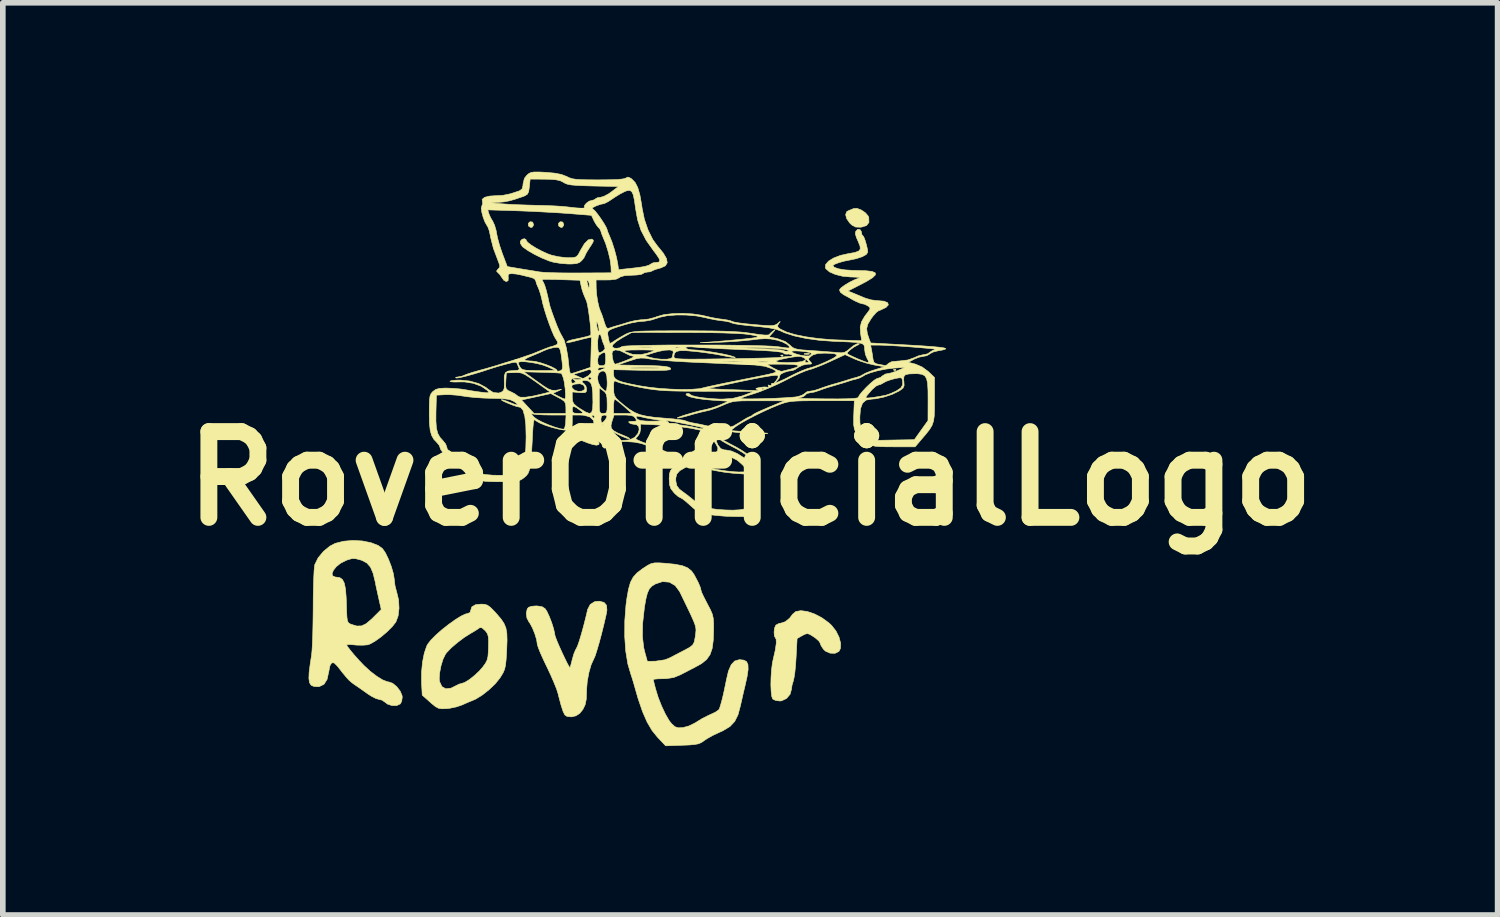
<source format=kicad_pcb>
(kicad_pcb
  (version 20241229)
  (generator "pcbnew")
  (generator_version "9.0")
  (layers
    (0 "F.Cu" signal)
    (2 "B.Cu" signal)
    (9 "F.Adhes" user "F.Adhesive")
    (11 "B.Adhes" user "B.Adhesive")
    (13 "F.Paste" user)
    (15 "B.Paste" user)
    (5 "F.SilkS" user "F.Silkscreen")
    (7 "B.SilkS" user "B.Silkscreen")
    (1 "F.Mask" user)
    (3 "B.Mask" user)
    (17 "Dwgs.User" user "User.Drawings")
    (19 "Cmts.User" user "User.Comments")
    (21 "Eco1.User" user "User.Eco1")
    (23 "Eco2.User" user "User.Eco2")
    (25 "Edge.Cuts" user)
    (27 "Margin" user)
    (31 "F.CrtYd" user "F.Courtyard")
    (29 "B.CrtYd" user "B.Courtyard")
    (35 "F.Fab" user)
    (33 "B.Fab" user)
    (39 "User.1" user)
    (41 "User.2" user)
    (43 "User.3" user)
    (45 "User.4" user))
  (footprint "RoverOfficialLogo"
    (layer "F.Cu")
    (at 10.276 5.451)
    (property "Reference" "RoverOfficialLogo" (at 0 0 0) (layer "F.SilkS") (effects (font (size 1.524 1.524) (thickness 0.3))))
    (attr through_hole)
    (fp_poly (pts (xy -1.138 -0.357) (xy -1.142 -0.341) (xy -1.157 -0.339) (xy -1.18 -0.349) (xy -1.176 -0.357) (xy -1.142 -0.361) (xy -1.138 -0.357)) (stroke (width 0.01) (type solid)) (fill yes) (layer "F.SilkS"))
    (fp_poly (pts (xy 0.583 -2.192) (xy 0.579 -2.175) (xy 0.564 -2.173) (xy 0.541 -2.183) (xy 0.546 -2.192) (xy 0.579 -2.195) (xy 0.583 -2.192)) (stroke (width 0.01) (type solid)) (fill yes) (layer "F.SilkS"))
    (fp_poly (pts (xy 2.587 -1.938) (xy 2.583 -1.921) (xy 2.568 -1.919) (xy 2.545 -1.929) (xy 2.549 -1.938) (xy 2.583 -1.941) (xy 2.587 -1.938)) (stroke (width 0.01) (type solid)) (fill yes) (layer "F.SilkS"))
    (fp_poly (pts (xy 1.052 -2.22) (xy 1.053 -2.211) (xy 1.009 -2.207) (xy 1.002 -2.207) (xy 0.958 -2.211) (xy 0.962 -2.219) (xy 0.967 -2.221) (xy 1.029 -2.225) (xy 1.052 -2.22)) (stroke (width 0.01) (type solid)) (fill yes) (layer "F.SilkS"))
    (fp_poly (pts (xy -3.871 -4.558) (xy -3.863 -4.552) (xy -3.847 -4.507) (xy -3.868 -4.468) (xy -3.895 -4.459) (xy -3.931 -4.48) (xy -3.939 -4.49) (xy -3.942 -4.533) (xy -3.912 -4.562) (xy -3.871 -4.558)) (stroke (width 0.01) (type solid)) (fill yes) (layer "F.SilkS"))
    (fp_poly (pts (xy -3.335 -4.558) (xy -3.327 -4.552) (xy -3.311 -4.507) (xy -3.332 -4.468) (xy -3.358 -4.459) (xy -3.395 -4.48) (xy -3.402 -4.49) (xy -3.406 -4.533) (xy -3.376 -4.562) (xy -3.335 -4.558)) (stroke (width 0.01) (type solid)) (fill yes) (layer "F.SilkS"))
    (fp_poly (pts (xy 1.971 -4.772) (xy 2.044 -4.723) (xy 2.096 -4.663) (xy 2.106 -4.638) (xy 2.109 -4.55) (xy 2.065 -4.494) (xy 1.973 -4.466) (xy 1.958 -4.465) (xy 1.872 -4.468) (xy 1.808 -4.502) (xy 1.77 -4.537) (xy 1.715 -4.615) (xy 1.695 -4.687) (xy 1.714 -4.741) (xy 1.743 -4.758) (xy 1.811 -4.785) (xy 1.834 -4.796) (xy 1.894 -4.801) (xy 1.971 -4.772)) (stroke (width 0.01) (type solid)) (fill yes) (layer "F.SilkS"))
    (fp_poly (pts (xy -3.982 -4.245) (xy -3.979 -4.233) (xy -3.956 -4.199) (xy -3.893 -4.15) (xy -3.804 -4.094) (xy -3.702 -4.04) (xy -3.599 -3.993) (xy -3.528 -3.968) (xy -3.408 -3.941) (xy -3.28 -3.925) (xy -3.228 -3.923) (xy -3.141 -3.925) (xy -3.09 -3.94) (xy -3.054 -3.979) (xy -3.017 -4.05) (xy -2.945 -4.172) (xy -2.877 -4.24) (xy -2.816 -4.254) (xy -2.808 -4.251) (xy -2.786 -4.234) (xy -2.791 -4.202) (xy -2.827 -4.142) (xy -2.849 -4.109) (xy -2.897 -4.034) (xy -2.928 -3.978) (xy -2.935 -3.958) (xy -2.953 -3.922) (xy -2.993 -3.872) (xy -3.034 -3.838) (xy -3.087 -3.819) (xy -3.169 -3.812) (xy -3.24 -3.812) (xy -3.369 -3.822) (xy -3.499 -3.844) (xy -3.57 -3.865) (xy -3.698 -3.917) (xy -3.829 -3.981) (xy -3.946 -4.048) (xy -4.032 -4.109) (xy -4.047 -4.121) (xy -4.082 -4.177) (xy -4.083 -4.217) (xy -4.052 -4.251) (xy -4.01 -4.261) (xy -3.982 -4.245)) (stroke (width 0.01) (type solid)) (fill yes) (layer "F.SilkS"))
    (fp_poly (pts (xy 1.014 2.361) (xy 1.141 2.404) (xy 1.272 2.472) (xy 1.396 2.562) (xy 1.445 2.608) (xy 1.523 2.707) (xy 1.578 2.817) (xy 1.606 2.925) (xy 1.603 3.017) (xy 1.575 3.071) (xy 1.506 3.104) (xy 1.419 3.101) (xy 1.337 3.065) (xy 1.3 3.03) (xy 1.26 2.969) (xy 1.242 2.923) (xy 1.242 2.921) (xy 1.22 2.886) (xy 1.165 2.837) (xy 1.13 2.812) (xy 1.06 2.768) (xy 1.015 2.753) (xy 0.971 2.765) (xy 0.925 2.789) (xy 0.833 2.841) (xy 0.815 3.177) (xy 0.806 3.317) (xy 0.793 3.444) (xy 0.778 3.541) (xy 0.766 3.593) (xy 0.742 3.674) (xy 0.734 3.737) (xy 0.709 3.83) (xy 0.645 3.906) (xy 0.559 3.947) (xy 0.526 3.951) (xy 0.452 3.941) (xy 0.401 3.917) (xy 0.401 3.917) (xy 0.383 3.87) (xy 0.372 3.781) (xy 0.367 3.663) (xy 0.37 3.531) (xy 0.379 3.398) (xy 0.394 3.278) (xy 0.406 3.221) (xy 0.445 3.049) (xy 0.463 2.926) (xy 0.461 2.854) (xy 0.45 2.835) (xy 0.429 2.795) (xy 0.424 2.726) (xy 0.433 2.653) (xy 0.456 2.603) (xy 0.457 2.602) (xy 0.513 2.573) (xy 0.549 2.567) (xy 0.624 2.542) (xy 0.701 2.479) (xy 0.751 2.412) (xy 0.809 2.362) (xy 0.9 2.346) (xy 1.014 2.361)) (stroke (width 0.01) (type solid)) (fill yes) (layer "F.SilkS"))
    (fp_poly (pts (xy -2.596 2.2) (xy -2.552 2.251) (xy -2.545 2.338) (xy -2.559 2.418) (xy -2.6 2.595) (xy -2.643 2.767) (xy -2.685 2.923) (xy -2.724 3.055) (xy -2.755 3.152) (xy -2.778 3.203) (xy -2.778 3.203) (xy -2.825 3.305) (xy -2.865 3.444) (xy -2.894 3.601) (xy -2.907 3.757) (xy -2.907 3.781) (xy -2.912 3.919) (xy -2.933 4.02) (xy -2.973 4.102) (xy -3.028 4.17) (xy -3.095 4.214) (xy -3.177 4.233) (xy -3.253 4.225) (xy -3.293 4.198) (xy -3.323 4.138) (xy -3.359 4.028) (xy -3.4 3.874) (xy -3.416 3.81) (xy -3.44 3.736) (xy -3.484 3.627) (xy -3.541 3.495) (xy -3.606 3.356) (xy -3.614 3.341) (xy -3.676 3.21) (xy -3.728 3.094) (xy -3.764 3.003) (xy -3.781 2.949) (xy -3.782 2.944) (xy -3.794 2.862) (xy -3.826 2.757) (xy -3.868 2.653) (xy -3.912 2.571) (xy -3.927 2.552) (xy -3.966 2.479) (xy -3.978 2.393) (xy -3.961 2.317) (xy -3.939 2.288) (xy -3.887 2.269) (xy -3.806 2.262) (xy -3.779 2.263) (xy -3.695 2.277) (xy -3.644 2.31) (xy -3.612 2.357) (xy -3.57 2.447) (xy -3.528 2.555) (xy -3.494 2.662) (xy -3.474 2.748) (xy -3.471 2.774) (xy -3.46 2.813) (xy -3.431 2.888) (xy -3.39 2.984) (xy -3.342 3.09) (xy -3.293 3.193) (xy -3.25 3.281) (xy -3.217 3.34) (xy -3.202 3.358) (xy -3.192 3.334) (xy -3.175 3.269) (xy -3.16 3.21) (xy -3.134 3.118) (xy -3.104 3.045) (xy -3.089 3.02) (xy -3.068 2.976) (xy -3.037 2.888) (xy -3 2.765) (xy -2.959 2.617) (xy -2.918 2.456) (xy -2.887 2.323) (xy -2.841 2.235) (xy -2.76 2.185) (xy -2.68 2.178) (xy -2.596 2.2)) (stroke (width 0.01) (type solid)) (fill yes) (layer "F.SilkS"))
    (fp_poly (pts (xy -4.718 2.233) (xy -4.668 2.249) (xy -4.617 2.286) (xy -4.55 2.353) (xy -4.504 2.403) (xy -4.427 2.493) (xy -4.374 2.572) (xy -4.34 2.652) (xy -4.323 2.748) (xy -4.319 2.871) (xy -4.325 3.035) (xy -4.327 3.082) (xy -4.336 3.22) (xy -4.347 3.317) (xy -4.363 3.388) (xy -4.389 3.449) (xy -4.429 3.515) (xy -4.448 3.545) (xy -4.529 3.645) (xy -4.638 3.749) (xy -4.758 3.844) (xy -4.872 3.915) (xy -4.931 3.941) (xy -4.986 3.963) (xy -5.067 3.998) (xy -5.108 4.017) (xy -5.214 4.054) (xy -5.337 4.08) (xy -5.39 4.086) (xy -5.476 4.089) (xy -5.537 4.08) (xy -5.592 4.05) (xy -5.663 3.992) (xy -5.686 3.971) (xy -5.826 3.847) (xy -5.838 3.624) (xy -5.838 3.555) (xy -5.524 3.555) (xy -5.518 3.606) (xy -5.476 3.695) (xy -5.408 3.734) (xy -5.315 3.723) (xy -5.229 3.68) (xy -5.168 3.65) (xy -5.13 3.641) (xy -5.071 3.621) (xy -4.988 3.57) (xy -4.896 3.497) (xy -4.808 3.414) (xy -4.755 3.353) (xy -4.704 3.284) (xy -4.674 3.225) (xy -4.658 3.158) (xy -4.651 3.062) (xy -4.649 2.998) (xy -4.647 2.881) (xy -4.653 2.806) (xy -4.668 2.755) (xy -4.697 2.713) (xy -4.711 2.698) (xy -4.764 2.651) (xy -4.802 2.648) (xy -4.817 2.657) (xy -4.865 2.69) (xy -4.938 2.734) (xy -4.963 2.748) (xy -5.079 2.821) (xy -5.199 2.911) (xy -5.309 3.005) (xy -5.391 3.09) (xy -5.413 3.119) (xy -5.456 3.207) (xy -5.492 3.323) (xy -5.516 3.447) (xy -5.524 3.555) (xy -5.838 3.555) (xy -5.838 3.441) (xy -5.821 3.261) (xy -5.789 3.1) (xy -5.746 2.975) (xy -5.729 2.942) (xy -5.671 2.868) (xy -5.583 2.779) (xy -5.475 2.684) (xy -5.357 2.591) (xy -5.241 2.508) (xy -5.137 2.443) (xy -5.056 2.405) (xy -5.024 2.399) (xy -4.976 2.379) (xy -4.967 2.348) (xy -4.945 2.279) (xy -4.879 2.24) (xy -4.78 2.23) (xy -4.718 2.233)) (stroke (width 0.01) (type solid)) (fill yes) (layer "F.SilkS"))
    (fp_poly (pts (xy -6.891 1.108) (xy -6.736 1.139) (xy -6.607 1.189) (xy -6.532 1.244) (xy -6.48 1.319) (xy -6.426 1.431) (xy -6.376 1.56) (xy -6.339 1.687) (xy -6.322 1.793) (xy -6.321 1.806) (xy -6.31 1.9) (xy -6.284 2.002) (xy -6.279 2.018) (xy -6.246 2.155) (xy -6.238 2.302) (xy -6.254 2.439) (xy -6.293 2.545) (xy -6.293 2.546) (xy -6.356 2.627) (xy -6.447 2.718) (xy -6.552 2.808) (xy -6.658 2.884) (xy -6.75 2.937) (xy -6.795 2.953) (xy -6.884 2.96) (xy -6.991 2.958) (xy -7.03 2.954) (xy -7.109 2.948) (xy -7.159 2.949) (xy -7.168 2.954) (xy -7.15 2.988) (xy -7.102 3.051) (xy -7.033 3.134) (xy -6.951 3.226) (xy -6.865 3.316) (xy -6.858 3.323) (xy -6.747 3.425) (xy -6.633 3.512) (xy -6.529 3.576) (xy -6.445 3.609) (xy -6.421 3.612) (xy -6.352 3.636) (xy -6.279 3.696) (xy -6.218 3.775) (xy -6.184 3.856) (xy -6.181 3.883) (xy -6.191 3.956) (xy -6.215 4.002) (xy -6.279 4.032) (xy -6.364 4.032) (xy -6.444 4.005) (xy -6.477 3.979) (xy -6.539 3.936) (xy -6.591 3.923) (xy -6.648 3.907) (xy -6.728 3.866) (xy -6.791 3.826) (xy -6.888 3.757) (xy -6.984 3.69) (xy -7.03 3.659) (xy -7.08 3.622) (xy -7.127 3.581) (xy -7.177 3.526) (xy -7.243 3.446) (xy -7.332 3.332) (xy -7.334 3.33) (xy -7.391 3.274) (xy -7.435 3.273) (xy -7.466 3.326) (xy -7.486 3.429) (xy -7.516 3.567) (xy -7.571 3.654) (xy -7.653 3.694) (xy -7.688 3.697) (xy -7.754 3.691) (xy -7.8 3.67) (xy -7.828 3.625) (xy -7.839 3.551) (xy -7.835 3.441) (xy -7.815 3.288) (xy -7.791 3.133) (xy -7.784 3.06) (xy -7.777 2.941) (xy -7.771 2.786) (xy -7.767 2.606) (xy -7.764 2.41) (xy -7.763 2.3) (xy -7.762 2.105) (xy -7.758 1.923) (xy -7.753 1.766) (xy -7.749 1.684) (xy -7.427 1.684) (xy -7.418 1.728) (xy -7.37 1.749) (xy -7.356 1.75) (xy -7.291 1.759) (xy -7.243 1.793) (xy -7.21 1.858) (xy -7.189 1.961) (xy -7.177 2.109) (xy -7.173 2.214) (xy -7.169 2.358) (xy -7.164 2.456) (xy -7.156 2.518) (xy -7.142 2.554) (xy -7.121 2.574) (xy -7.09 2.588) (xy -7.089 2.589) (xy -6.988 2.619) (xy -6.904 2.617) (xy -6.822 2.578) (xy -6.728 2.498) (xy -6.704 2.475) (xy -6.554 2.325) (xy -6.592 2.157) (xy -6.62 2.031) (xy -6.649 1.898) (xy -6.661 1.834) (xy -6.699 1.681) (xy -6.745 1.573) (xy -6.807 1.502) (xy -6.892 1.455) (xy -6.919 1.446) (xy -7.006 1.423) (xy -7.072 1.421) (xy -7.148 1.442) (xy -7.181 1.455) (xy -7.274 1.502) (xy -7.35 1.562) (xy -7.402 1.626) (xy -7.427 1.684) (xy -7.749 1.684) (xy -7.747 1.64) (xy -7.739 1.557) (xy -7.735 1.53) (xy -7.677 1.411) (xy -7.582 1.295) (xy -7.465 1.199) (xy -7.373 1.151) (xy -7.224 1.113) (xy -7.059 1.099) (xy -6.891 1.108)) (stroke (width 0.01) (type solid)) (fill yes) (layer "F.SilkS"))
    (fp_poly (pts (xy -1.513 1.504) (xy -1.335 1.522) (xy -1.204 1.548) (xy -1.109 1.587) (xy -1.041 1.643) (xy -0.996 1.707) (xy -0.923 1.845) (xy -0.884 1.939) (xy -0.874 1.984) (xy -0.862 2.023) (xy -0.827 2.098) (xy -0.778 2.193) (xy -0.762 2.224) (xy -0.707 2.329) (xy -0.673 2.409) (xy -0.656 2.485) (xy -0.65 2.581) (xy -0.65 2.676) (xy -0.656 2.868) (xy -0.675 3.015) (xy -0.713 3.126) (xy -0.774 3.213) (xy -0.864 3.286) (xy -0.972 3.346) (xy -1.082 3.403) (xy -1.196 3.462) (xy -1.242 3.486) (xy -1.357 3.533) (xy -1.485 3.553) (xy -1.545 3.555) (xy -1.637 3.557) (xy -1.7 3.563) (xy -1.722 3.569) (xy -1.715 3.601) (xy -1.698 3.67) (xy -1.681 3.736) (xy -1.635 3.887) (xy -1.574 4.041) (xy -1.507 4.183) (xy -1.441 4.297) (xy -1.395 4.356) (xy -1.335 4.409) (xy -1.276 4.427) (xy -1.197 4.424) (xy -1.09 4.395) (xy -0.978 4.34) (xy -0.955 4.325) (xy -0.852 4.262) (xy -0.737 4.204) (xy -0.699 4.187) (xy -0.618 4.149) (xy -0.562 4.11) (xy -0.548 4.092) (xy -0.524 4.017) (xy -0.493 3.903) (xy -0.462 3.766) (xy -0.432 3.622) (xy -0.424 3.58) (xy -0.386 3.418) (xy -0.337 3.306) (xy -0.276 3.241) (xy -0.198 3.218) (xy -0.187 3.217) (xy -0.114 3.225) (xy -0.065 3.251) (xy -0.04 3.304) (xy -0.037 3.39) (xy -0.055 3.515) (xy -0.093 3.686) (xy -0.096 3.697) (xy -0.126 3.824) (xy -0.156 3.957) (xy -0.174 4.036) (xy -0.217 4.197) (xy -0.276 4.315) (xy -0.36 4.404) (xy -0.481 4.477) (xy -0.564 4.515) (xy -0.67 4.565) (xy -0.77 4.622) (xy -0.816 4.653) (xy -0.865 4.687) (xy -0.916 4.71) (xy -0.983 4.723) (xy -1.079 4.732) (xy -1.207 4.737) (xy -1.502 4.747) (xy -1.647 4.594) (xy -1.745 4.473) (xy -1.832 4.324) (xy -1.913 4.138) (xy -1.992 3.907) (xy -2.032 3.768) (xy -2.064 3.655) (xy -2.093 3.558) (xy -2.114 3.494) (xy -2.117 3.485) (xy -2.173 3.296) (xy -2.211 3.065) (xy -2.229 2.807) (xy -1.915 2.807) (xy -1.891 3.006) (xy -1.873 3.081) (xy -1.827 3.246) (xy -1.683 3.244) (xy -1.515 3.219) (xy -1.421 3.181) (xy -1.323 3.129) (xy -1.211 3.071) (xy -1.167 3.048) (xy -1.076 2.999) (xy -1.022 2.956) (xy -0.994 2.903) (xy -0.978 2.822) (xy -0.972 2.775) (xy -0.966 2.729) (xy -0.963 2.69) (xy -0.967 2.65) (xy -0.978 2.603) (xy -1.001 2.541) (xy -1.038 2.456) (xy -1.091 2.343) (xy -1.164 2.192) (xy -1.253 2.008) (xy -1.332 1.901) (xy -1.436 1.84) (xy -1.558 1.83) (xy -1.685 1.872) (xy -1.747 1.911) (xy -1.793 1.961) (xy -1.826 2.033) (xy -1.853 2.138) (xy -1.879 2.287) (xy -1.88 2.298) (xy -1.911 2.573) (xy -1.915 2.807) (xy -2.229 2.807) (xy -2.229 2.806) (xy -2.228 2.53) (xy -2.207 2.25) (xy -2.191 2.13) (xy -2.162 1.965) (xy -2.127 1.843) (xy -2.078 1.75) (xy -2.01 1.675) (xy -1.914 1.602) (xy -1.902 1.594) (xy -1.822 1.542) (xy -1.761 1.511) (xy -1.701 1.498) (xy -1.621 1.497) (xy -1.513 1.504)) (stroke (width 0.01) (type solid)) (fill yes) (layer "F.SilkS"))
    (fp_poly (pts (xy -3.751 -5.446) (xy -3.632 -5.44) (xy -3.47 -5.425) (xy -3.352 -5.402) (xy -3.262 -5.367) (xy -3.258 -5.365) (xy -3.21 -5.342) (xy -3.159 -5.326) (xy -3.094 -5.316) (xy -3.004 -5.31) (xy -2.879 -5.307) (xy -2.709 -5.306) (xy -2.694 -5.306) (xy -2.497 -5.308) (xy -2.353 -5.313) (xy -2.259 -5.323) (xy -2.211 -5.336) (xy -2.207 -5.34) (xy -2.171 -5.356) (xy -2.121 -5.334) (xy -2.1 -5.318) (xy -2.043 -5.258) (xy -1.997 -5.168) (xy -1.96 -5.04) (xy -1.929 -4.866) (xy -1.92 -4.802) (xy -1.88 -4.606) (xy -1.815 -4.416) (xy -1.732 -4.248) (xy -1.651 -4.136) (xy -1.546 -4.008) (xy -1.487 -3.908) (xy -1.474 -3.833) (xy -1.507 -3.779) (xy -1.585 -3.743) (xy -1.599 -3.739) (xy -1.677 -3.717) (xy -1.73 -3.696) (xy -1.738 -3.69) (xy -1.781 -3.673) (xy -1.823 -3.669) (xy -1.881 -3.658) (xy -1.905 -3.641) (xy -1.94 -3.626) (xy -2.015 -3.616) (xy -2.102 -3.612) (xy -2.23 -3.605) (xy -2.308 -3.582) (xy -2.324 -3.57) (xy -2.381 -3.542) (xy -2.486 -3.529) (xy -2.552 -3.528) (xy -2.738 -3.528) (xy -2.736 -3.38) (xy -2.728 -3.268) (xy -2.709 -3.146) (xy -2.683 -3.035) (xy -2.654 -2.956) (xy -2.65 -2.949) (xy -2.633 -2.907) (xy -2.608 -2.832) (xy -2.594 -2.786) (xy -2.566 -2.704) (xy -2.538 -2.669) (xy -2.512 -2.67) (xy -2.454 -2.69) (xy -2.385 -2.711) (xy -2.306 -2.733) (xy -2.206 -2.764) (xy -2.162 -2.778) (xy -2.052 -2.805) (xy -1.94 -2.821) (xy -1.903 -2.822) (xy -1.801 -2.834) (xy -1.689 -2.864) (xy -1.651 -2.879) (xy -1.533 -2.912) (xy -1.378 -2.93) (xy -1.203 -2.935) (xy -1.024 -2.925) (xy -0.858 -2.901) (xy -0.804 -2.888) (xy -0.684 -2.86) (xy -0.559 -2.838) (xy -0.494 -2.83) (xy -0.406 -2.817) (xy -0.34 -2.8) (xy -0.322 -2.791) (xy -0.283 -2.78) (xy -0.2 -2.765) (xy -0.085 -2.751) (xy 0.052 -2.737) (xy 0.068 -2.736) (xy 0.218 -2.723) (xy 0.322 -2.717) (xy 0.391 -2.718) (xy 0.437 -2.726) (xy 0.469 -2.741) (xy 0.489 -2.756) (xy 0.53 -2.791) (xy 0.533 -2.788) (xy 0.508 -2.755) (xy 0.484 -2.713) (xy 0.499 -2.682) (xy 0.535 -2.656) (xy 0.643 -2.604) (xy 0.798 -2.557) (xy 0.992 -2.518) (xy 1.214 -2.487) (xy 1.456 -2.467) (xy 1.547 -2.463) (xy 1.98 -2.448) (xy 1.96 -2.581) (xy 1.954 -2.69) (xy 1.977 -2.785) (xy 2.036 -2.886) (xy 2.082 -2.945) (xy 2.122 -3) (xy 2.129 -3.032) (xy 2.103 -3.059) (xy 2.096 -3.064) (xy 2.034 -3.096) (xy 1.998 -3.104) (xy 1.944 -3.118) (xy 1.868 -3.152) (xy 1.842 -3.165) (xy 1.754 -3.215) (xy 1.671 -3.26) (xy 1.657 -3.267) (xy 1.6 -3.312) (xy 1.586 -3.354) (xy 1.615 -3.389) (xy 1.679 -3.436) (xy 1.764 -3.487) (xy 1.855 -3.532) (xy 1.936 -3.563) (xy 1.943 -3.565) (xy 1.941 -3.572) (xy 1.892 -3.577) (xy 1.806 -3.581) (xy 1.786 -3.581) (xy 1.642 -3.594) (xy 1.512 -3.626) (xy 1.409 -3.671) (xy 1.345 -3.726) (xy 1.335 -3.745) (xy 1.34 -3.803) (xy 1.392 -3.863) (xy 1.482 -3.918) (xy 1.602 -3.964) (xy 1.741 -3.995) (xy 1.742 -3.995) (xy 1.859 -4.016) (xy 1.927 -4.041) (xy 1.955 -4.076) (xy 1.951 -4.127) (xy 1.946 -4.142) (xy 1.913 -4.224) (xy 1.887 -4.281) (xy 1.868 -4.346) (xy 1.872 -4.387) (xy 1.907 -4.426) (xy 1.949 -4.425) (xy 1.974 -4.387) (xy 1.976 -4.374) (xy 1.985 -4.329) (xy 1.998 -4.318) (xy 2.017 -4.293) (xy 2.041 -4.232) (xy 2.064 -4.153) (xy 2.082 -4.076) (xy 2.088 -4.022) (xy 2.062 -3.981) (xy 1.99 -3.941) (xy 1.883 -3.906) (xy 1.778 -3.884) (xy 1.677 -3.864) (xy 1.582 -3.838) (xy 1.508 -3.811) (xy 1.47 -3.788) (xy 1.468 -3.783) (xy 1.495 -3.752) (xy 1.57 -3.726) (xy 1.683 -3.707) (xy 1.826 -3.698) (xy 1.889 -3.697) (xy 2.056 -3.692) (xy 2.166 -3.679) (xy 2.222 -3.654) (xy 2.224 -3.618) (xy 2.172 -3.567) (xy 2.066 -3.502) (xy 1.975 -3.454) (xy 1.737 -3.332) (xy 1.842 -3.289) (xy 1.943 -3.247) (xy 2.044 -3.205) (xy 2.05 -3.203) (xy 2.15 -3.174) (xy 2.253 -3.161) (xy 2.259 -3.161) (xy 2.377 -3.151) (xy 2.442 -3.124) (xy 2.454 -3.085) (xy 2.412 -3.04) (xy 2.316 -2.994) (xy 2.282 -2.982) (xy 2.24 -2.952) (xy 2.184 -2.889) (xy 2.145 -2.836) (xy 2.09 -2.744) (xy 2.069 -2.665) (xy 2.08 -2.578) (xy 2.112 -2.481) (xy 2.14 -2.409) (xy 2.835 -2.371) (xy 3.067 -2.357) (xy 3.246 -2.344) (xy 3.372 -2.332) (xy 3.447 -2.32) (xy 3.475 -2.307) (xy 3.456 -2.293) (xy 3.393 -2.279) (xy 3.338 -2.27) (xy 3.256 -2.25) (xy 3.197 -2.221) (xy 3.187 -2.212) (xy 3.135 -2.182) (xy 3.08 -2.172) (xy 3.005 -2.158) (xy 2.919 -2.125) (xy 2.907 -2.118) (xy 2.809 -2.066) (xy 2.936 -2.033) (xy 3.054 -1.982) (xy 3.164 -1.901) (xy 3.168 -1.897) (xy 3.274 -1.795) (xy 3.274 -1.396) (xy 3.273 -1.233) (xy 3.269 -1.112) (xy 3.256 -1.021) (xy 3.23 -0.945) (xy 3.186 -0.872) (xy 3.119 -0.787) (xy 3.025 -0.677) (xy 3.024 -0.675) (xy 2.929 -0.564) (xy 2.555 -0.564) (xy 2.403 -0.565) (xy 2.296 -0.568) (xy 2.221 -0.574) (xy 2.168 -0.587) (xy 2.125 -0.608) (xy 2.08 -0.639) (xy 2.072 -0.645) (xy 1.962 -0.729) (xy 1.892 -0.798) (xy 1.853 -0.869) (xy 1.837 -0.958) (xy 1.837 -1.082) (xy 1.838 -1.097) (xy 1.947 -1.097) (xy 1.947 -1.096) (xy 1.949 -0.993) (xy 1.959 -0.927) (xy 1.986 -0.876) (xy 2.037 -0.821) (xy 2.067 -0.791) (xy 2.187 -0.678) (xy 2.552 -0.685) (xy 2.916 -0.691) (xy 3.037 -0.861) (xy 3.158 -1.03) (xy 3.159 -1.395) (xy 3.158 -1.567) (xy 3.151 -1.692) (xy 3.133 -1.775) (xy 3.101 -1.826) (xy 3.052 -1.852) (xy 2.981 -1.862) (xy 2.933 -1.863) (xy 2.822 -1.859) (xy 2.758 -1.845) (xy 2.729 -1.811) (xy 2.726 -1.753) (xy 2.73 -1.724) (xy 2.734 -1.653) (xy 2.715 -1.608) (xy 2.661 -1.566) (xy 2.641 -1.554) (xy 2.522 -1.496) (xy 2.376 -1.448) (xy 2.232 -1.418) (xy 2.153 -1.411) (xy 2.058 -1.394) (xy 1.995 -1.339) (xy 1.959 -1.241) (xy 1.947 -1.097) (xy 1.838 -1.097) (xy 1.839 -1.127) (xy 1.849 -1.383) (xy 1.275 -1.383) (xy 1.079 -1.383) (xy 0.929 -1.381) (xy 0.816 -1.377) (xy 0.73 -1.37) (xy 0.662 -1.359) (xy 0.6 -1.343) (xy 0.536 -1.321) (xy 0.513 -1.312) (xy 0.381 -1.258) (xy 0.233 -1.191) (xy 0.081 -1.117) (xy -0.06 -1.043) (xy -0.178 -0.976) (xy -0.259 -0.923) (xy -0.265 -0.918) (xy -0.347 -0.852) (xy -0.11 -0.835) (xy 0.023 -0.825) (xy 0.153 -0.816) (xy 0.257 -0.81) (xy 0.268 -0.809) (xy 0.314 -0.805) (xy 0.304 -0.801) (xy 0.242 -0.797) (xy 0.183 -0.796) (xy 0.04 -0.798) (xy -0.114 -0.806) (xy -0.24 -0.82) (xy -0.347 -0.833) (xy -0.412 -0.835) (xy -0.45 -0.824) (xy -0.469 -0.805) (xy -0.511 -0.768) (xy -0.534 -0.762) (xy -0.559 -0.752) (xy -0.535 -0.722) (xy -0.465 -0.675) (xy -0.352 -0.613) (xy -0.341 -0.608) (xy -0.234 -0.551) (xy -0.137 -0.493) (xy -0.069 -0.446) (xy -0.068 -0.445) (xy 0.012 -0.384) (xy 0.09 -0.331) (xy 0.092 -0.33) (xy 0.149 -0.278) (xy 0.169 -0.206) (xy 0.169 -0.183) (xy 0.163 -0.115) (xy 0.138 -0.088) (xy 0.113 -0.085) (xy 0.088 -0.081) (xy 0.071 -0.063) (xy 0.062 -0.021) (xy 0.058 0.056) (xy 0.056 0.177) (xy 0.056 0.207) (xy 0.053 0.372) (xy 0.041 0.49) (xy 0.02 0.571) (xy 0.012 0.588) (xy -0.032 0.677) (xy -0.291 0.674) (xy -0.436 0.669) (xy -0.587 0.657) (xy -0.715 0.642) (xy -0.738 0.639) (xy -0.848 0.616) (xy -0.928 0.584) (xy -1.003 0.531) (xy -1.068 0.473) (xy -1.144 0.406) (xy -1.206 0.358) (xy -1.242 0.339) (xy -1.242 0.339) (xy -1.279 0.319) (xy -1.334 0.271) (xy -1.356 0.248) (xy -1.409 0.18) (xy -1.433 0.11) (xy -1.439 0.012) (xy -1.439 0.01) (xy -1.439 -0.004) (xy -1.323 -0.004) (xy -1.321 0.046) (xy -1.304 0.126) (xy -1.259 0.187) (xy -1.21 0.225) (xy -1.127 0.286) (xy -1.031 0.362) (xy -0.982 0.402) (xy -0.864 0.482) (xy -0.739 0.526) (xy -0.703 0.532) (xy -0.573 0.549) (xy -0.436 0.558) (xy -0.305 0.561) (xy -0.194 0.555) (xy -0.117 0.543) (xy -0.09 0.531) (xy -0.072 0.482) (xy -0.061 0.381) (xy -0.057 0.232) (xy -0.056 0.21) (xy -0.056 -0.077) (xy -0.306 -0.095) (xy -0.46 -0.113) (xy -0.633 -0.143) (xy -0.789 -0.178) (xy -0.8 -0.181) (xy -0.917 -0.213) (xy -0.995 -0.23) (xy -1.049 -0.233) (xy -1.094 -0.223) (xy -1.145 -0.2) (xy -1.152 -0.197) (xy -1.251 -0.14) (xy -1.305 -0.08) (xy -1.323 -0.004) (xy -1.439 -0.004) (xy -1.435 -0.081) (xy -1.417 -0.14) (xy -1.372 -0.191) (xy -1.335 -0.223) (xy -1.277 -0.275) (xy -1.254 -0.301) (xy -0.984 -0.301) (xy -0.976 -0.276) (xy -0.922 -0.246) (xy -0.831 -0.215) (xy -0.713 -0.185) (xy -0.576 -0.158) (xy -0.431 -0.136) (xy -0.286 -0.121) (xy -0.205 -0.117) (xy -0.122 -0.118) (xy -0.069 -0.126) (xy -0.057 -0.134) (xy -0.079 -0.179) (xy -0.134 -0.242) (xy -0.208 -0.308) (xy -0.244 -0.334) (xy -0.311 -0.366) (xy -0.395 -0.387) (xy -0.481 -0.397) (xy -0.551 -0.394) (xy -0.59 -0.376) (xy -0.593 -0.367) (xy -0.619 -0.352) (xy -0.687 -0.342) (xy -0.773 -0.339) (xy -0.892 -0.332) (xy -0.966 -0.314) (xy -0.984 -0.301) (xy -1.254 -0.301) (xy -1.245 -0.311) (xy -1.243 -0.32) (xy -1.286 -0.347) (xy -1.367 -0.389) (xy -1.473 -0.44) (xy -1.592 -0.493) (xy -1.708 -0.542) (xy -1.809 -0.582) (xy -1.815 -0.584) (xy -1.941 -0.625) (xy -2.058 -0.647) (xy -2.192 -0.657) (xy -2.272 -0.657) (xy -2.393 -0.656) (xy -2.468 -0.652) (xy -2.51 -0.641) (xy -2.528 -0.622) (xy -2.535 -0.595) (xy -2.558 -0.547) (xy -2.594 -0.541) (xy -2.626 -0.572) (xy -2.638 -0.628) (xy -2.651 -0.689) (xy -2.701 -0.726) (xy -2.72 -0.733) (xy -2.797 -0.755) (xy -2.842 -0.76) (xy -2.849 -0.75) (xy -2.81 -0.726) (xy -2.787 -0.715) (xy -2.719 -0.676) (xy -2.684 -0.636) (xy -2.688 -0.604) (xy -2.731 -0.593) (xy -2.795 -0.604) (xy -2.888 -0.634) (xy -2.992 -0.675) (xy -3.093 -0.72) (xy -3.175 -0.764) (xy -3.186 -0.773) (xy -2.659 -0.773) (xy -2.645 -0.742) (xy -2.64 -0.743) (xy -2.618 -0.774) (xy -2.607 -0.824) (xy -2.484 -0.824) (xy -2.483 -0.772) (xy -2.475 -0.72) (xy -2.465 -0.696) (xy -2.428 -0.686) (xy -2.354 -0.679) (xy -2.285 -0.677) (xy -2.169 -0.685) (xy -2.1 -0.707) (xy -2.032 -0.707) (xy -2.007 -0.689) (xy -1.942 -0.659) (xy -1.847 -0.622) (xy -1.813 -0.61) (xy -1.674 -0.556) (xy -1.519 -0.488) (xy -1.383 -0.423) (xy -1.284 -0.373) (xy -1.206 -0.334) (xy -1.16 -0.314) (xy -1.154 -0.312) (xy -1.126 -0.33) (xy -1.084 -0.373) (xy -1.052 -0.413) (xy -1.058 -0.414) (xy -1.079 -0.398) (xy -1.119 -0.377) (xy -1.129 -0.393) (xy -1.106 -0.429) (xy -1.093 -0.437) (xy -1.019 -0.437) (xy -0.813 -0.442) (xy -0.691 -0.448) (xy -0.616 -0.463) (xy -0.581 -0.488) (xy -0.574 -0.545) (xy -0.603 -0.604) (xy -0.651 -0.678) (xy -0.763 -0.614) (xy -0.851 -0.561) (xy -0.931 -0.507) (xy -0.947 -0.494) (xy -1.019 -0.437) (xy -1.093 -0.437) (xy -1.079 -0.445) (xy -1.042 -0.466) (xy -0.971 -0.51) (xy -0.877 -0.569) (xy -0.772 -0.635) (xy -0.671 -0.701) (xy -0.668 -0.703) (xy -0.605 -0.703) (xy -0.597 -0.651) (xy -0.572 -0.595) (xy -0.523 -0.532) (xy -0.46 -0.509) (xy -0.431 -0.508) (xy -0.335 -0.49) (xy -0.228 -0.443) (xy -0.122 -0.376) (xy -0.03 -0.299) (xy 0.034 -0.221) (xy 0.056 -0.154) (xy 0.079 -0.118) (xy 0.099 -0.113) (xy 0.132 -0.138) (xy 0.141 -0.197) (xy 0.122 -0.275) (xy 0.078 -0.314) (xy 0.012 -0.355) (xy -0.062 -0.411) (xy -0.068 -0.415) (xy -0.137 -0.464) (xy -0.234 -0.523) (xy -0.322 -0.569) (xy -0.417 -0.62) (xy -0.497 -0.666) (xy -0.54 -0.696) (xy -0.585 -0.721) (xy -0.605 -0.703) (xy -0.668 -0.703) (xy -0.584 -0.758) (xy -0.525 -0.798) (xy -0.51 -0.81) (xy -0.511 -0.833) (xy -0.556 -0.858) (xy -0.633 -0.879) (xy -0.663 -0.884) (xy -0.776 -0.9) (xy -0.698 -0.837) (xy -0.651 -0.791) (xy -0.635 -0.758) (xy -0.637 -0.755) (xy -0.668 -0.758) (xy -0.71 -0.788) (xy -0.777 -0.826) (xy -0.893 -0.861) (xy -1.049 -0.893) (xy -1.236 -0.92) (xy -1.446 -0.941) (xy -1.589 -0.95) (xy -1.947 -0.968) (xy -1.947 -0.883) (xy -1.961 -0.81) (xy -1.99 -0.762) (xy -2.025 -0.724) (xy -2.032 -0.707) (xy -2.1 -0.707) (xy -2.088 -0.711) (xy -2.05 -0.736) (xy -1.996 -0.798) (xy -1.973 -0.866) (xy -1.98 -0.924) (xy -2.018 -0.957) (xy -2.039 -0.96) (xy -2.11 -0.972) (xy -2.145 -0.988) (xy -2.161 -1.007) (xy -2.13 -1.015) (xy -2.095 -1.016) (xy -2.035 -1.019) (xy -2.02 -1.036) (xy -2.039 -1.072) (xy -2.062 -1.098) (xy -2.03 -1.098) (xy -2.008 -1.06) (xy -1.998 -1.05) (xy -1.948 -1.031) (xy -1.849 -1.021) (xy -1.737 -1.02) (xy -1.626 -1.022) (xy -1.568 -1.025) (xy -1.562 -1.028) (xy -1.493 -1.028) (xy -1.483 -1.017) (xy -1.471 -1.016) (xy -1.449 -0.999) (xy -1.453 -0.988) (xy -1.44 -0.97) (xy -1.378 -0.96) (xy -1.335 -0.958) (xy -1.229 -0.951) (xy -1.103 -0.933) (xy -1.03 -0.919) (xy -0.901 -0.891) (xy -0.823 -0.879) (xy -0.792 -0.881) (xy -0.795 -0.889) (xy -0.827 -0.9) (xy -0.901 -0.919) (xy -1.004 -0.942) (xy -1.121 -0.966) (xy -1.242 -0.99) (xy -1.351 -1.01) (xy -1.437 -1.024) (xy -1.487 -1.029) (xy -1.493 -1.028) (xy -1.562 -1.028) (xy -1.559 -1.029) (xy -1.596 -1.036) (xy -1.665 -1.045) (xy -1.776 -1.063) (xy -1.884 -1.084) (xy -1.926 -1.095) (xy -2.003 -1.109) (xy -2.03 -1.098) (xy -2.062 -1.098) (xy -2.069 -1.105) (xy -2.12 -1.122) (xy -2.205 -1.129) (xy -2.246 -1.129) (xy -2.418 -1.129) (xy -2.456 -1.015) (xy -2.473 -0.945) (xy -2.467 -0.894) (xy -2.428 -0.851) (xy -2.35 -0.808) (xy -2.244 -0.764) (xy -2.175 -0.734) (xy -2.142 -0.713) (xy -2.147 -0.707) (xy -2.196 -0.718) (xy -2.274 -0.749) (xy -2.331 -0.776) (xy -2.408 -0.815) (xy -2.461 -0.84) (xy -2.477 -0.847) (xy -2.484 -0.824) (xy -2.607 -0.824) (xy -2.603 -0.84) (xy -2.602 -0.856) (xy -2.603 -0.923) (xy -2.616 -0.958) (xy -2.62 -0.96) (xy -2.639 -0.934) (xy -2.655 -0.872) (xy -2.658 -0.846) (xy -2.659 -0.773) (xy -3.186 -0.773) (xy -3.221 -0.799) (xy -3.224 -0.804) (xy -3.237 -0.834) (xy -3.222 -0.846) (xy -3.169 -0.843) (xy -3.118 -0.837) (xy -3.03 -0.826) (xy -2.962 -0.819) (xy -2.944 -0.818) (xy -2.917 -0.804) (xy -2.921 -0.791) (xy -2.916 -0.775) (xy -2.887 -0.781) (xy -2.807 -0.824) (xy -2.771 -0.888) (xy -2.766 -0.947) (xy -2.788 -1.039) (xy -2.809 -1.058) (xy -2.653 -1.058) (xy -2.645 -1) (xy -2.62 -0.995) (xy -2.579 -1.037) (xy -2.545 -1.095) (xy -2.556 -1.123) (xy -2.596 -1.129) (xy -2.641 -1.112) (xy -2.653 -1.058) (xy -2.809 -1.058) (xy -2.854 -1.098) (xy -2.907 -1.112) (xy -2.813 -1.112) (xy -2.808 -1.101) (xy -2.783 -1.074) (xy -2.778 -1.072) (xy -2.766 -1.094) (xy -2.766 -1.101) (xy -2.787 -1.128) (xy -2.796 -1.129) (xy -2.813 -1.112) (xy -2.907 -1.112) (xy -2.966 -1.126) (xy -3.026 -1.129) (xy -3.161 -1.129) (xy -3.161 -1.004) (xy -3.164 -0.925) (xy -3.182 -0.885) (xy -3.223 -0.866) (xy -3.241 -0.862) (xy -3.309 -0.862) (xy -3.41 -0.88) (xy -3.527 -0.91) (xy -3.643 -0.948) (xy -3.741 -0.988) (xy -3.805 -1.026) (xy -3.814 -1.035) (xy -3.829 -1.047) (xy -3.841 -1.034) (xy -3.851 -0.99) (xy -3.859 -0.908) (xy -3.867 -0.78) (xy -3.871 -0.689) (xy -3.882 -0.491) (xy -3.893 -0.34) (xy -3.906 -0.23) (xy -3.923 -0.15) (xy -3.945 -0.094) (xy -3.976 -0.052) (xy -4.016 -0.017) (xy -4.02 -0.013) (xy -4.064 0.017) (xy -4.108 0.037) (xy -4.166 0.049) (xy -4.25 0.054) (xy -4.373 0.056) (xy -4.442 0.056) (xy -4.589 0.055) (xy -4.695 0.05) (xy -4.773 0.039) (xy -4.837 0.02) (xy -4.902 -0.01) (xy -4.906 -0.012) (xy -4.991 -0.06) (xy -5.059 -0.108) (xy -5.082 -0.129) (xy -5.122 -0.169) (xy -5.194 -0.232) (xy -5.283 -0.306) (xy -5.313 -0.33) (xy -5.403 -0.408) (xy -5.469 -0.476) (xy -5.502 -0.525) (xy -5.503 -0.533) (xy -5.523 -0.589) (xy -5.563 -0.638) (xy -5.62 -0.698) (xy -5.659 -0.767) (xy -5.684 -0.854) (xy -5.697 -0.973) (xy -5.698 -1.02) (xy -5.583 -1.02) (xy -5.574 -0.896) (xy -5.551 -0.805) (xy -5.512 -0.734) (xy -5.459 -0.675) (xy -5.411 -0.616) (xy -5.39 -0.561) (xy -5.39 -0.56) (xy -5.379 -0.516) (xy -5.366 -0.508) (xy -5.336 -0.49) (xy -5.275 -0.442) (xy -5.196 -0.374) (xy -5.162 -0.343) (xy -5.032 -0.229) (xy -4.925 -0.15) (xy -4.823 -0.1) (xy -4.711 -0.072) (xy -4.573 -0.06) (xy -4.441 -0.058) (xy -4.298 -0.059) (xy -4.2 -0.063) (xy -4.139 -0.074) (xy -4.102 -0.09) (xy -4.089 -0.103) (xy -4.041 -0.196) (xy -4.007 -0.343) (xy -3.986 -0.54) (xy -3.981 -0.742) (xy -3.986 -0.95) (xy -4.004 -1.107) (xy -4.018 -1.152) (xy -3.884 -1.152) (xy -3.874 -1.13) (xy -3.84 -1.091) (xy -3.784 -1.05) (xy -3.692 -1.002) (xy -3.58 -0.954) (xy -3.465 -0.912) (xy -3.366 -0.884) (xy -3.314 -0.876) (xy -3.295 -0.901) (xy -3.281 -0.964) (xy -3.278 -1.002) (xy -3.271 -1.129) (xy -3.538 -1.129) (xy -3.661 -1.131) (xy -3.766 -1.136) (xy -3.838 -1.143) (xy -3.857 -1.148) (xy -3.884 -1.152) (xy -4.018 -1.152) (xy -4.035 -1.213) (xy -4.078 -1.264) (xy -4.101 -1.27) (xy -4.145 -1.279) (xy -4.215 -1.303) (xy -4.293 -1.334) (xy -4.365 -1.365) (xy -4.412 -1.39) (xy -4.421 -1.402) (xy -4.392 -1.398) (xy -4.327 -1.376) (xy -4.276 -1.355) (xy -4.185 -1.32) (xy -4.138 -1.309) (xy -4.136 -1.323) (xy -4.182 -1.36) (xy -4.197 -1.37) (xy -4.246 -1.394) (xy -4.251 -1.396) (xy -4.061 -1.396) (xy -3.951 -1.276) (xy -3.84 -1.157) (xy -3.274 -1.157) (xy -3.274 -1.229) (xy -3.161 -1.229) (xy -3.154 -1.182) (xy -3.124 -1.162) (xy -3.055 -1.158) (xy -2.989 -1.16) (xy -2.971 -1.17) (xy -2.995 -1.194) (xy -3.006 -1.202) (xy -3.087 -1.261) (xy -3.134 -1.281) (xy -3.156 -1.266) (xy -3.161 -1.229) (xy -3.274 -1.229) (xy -3.274 -1.263) (xy -3.279 -1.327) (xy -3.301 -1.371) (xy -3.354 -1.41) (xy -3.408 -1.439) (xy -3.542 -1.51) (xy -3.801 -1.453) (xy -4.061 -1.396) (xy -4.251 -1.396) (xy -4.311 -1.41) (xy -4.404 -1.42) (xy -4.539 -1.424) (xy -4.586 -1.425) (xy -4.737 -1.43) (xy -4.891 -1.44) (xy -5.024 -1.454) (xy -5.083 -1.463) (xy -5.21 -1.481) (xy -5.341 -1.491) (xy -5.422 -1.49) (xy -5.574 -1.482) (xy -5.582 -1.187) (xy -5.583 -1.02) (xy -5.698 -1.02) (xy -5.701 -1.134) (xy -5.701 -1.165) (xy -5.7 -1.305) (xy -5.696 -1.401) (xy -5.688 -1.463) (xy -5.672 -1.504) (xy -5.648 -1.535) (xy -5.636 -1.547) (xy -5.587 -1.583) (xy -5.525 -1.601) (xy -5.432 -1.607) (xy -5.389 -1.607) (xy -5.264 -1.602) (xy -5.136 -1.59) (xy -5.066 -1.579) (xy -4.949 -1.559) (xy -4.819 -1.54) (xy -4.772 -1.534) (xy -4.686 -1.524) (xy -4.646 -1.525) (xy -4.645 -1.539) (xy -4.674 -1.57) (xy -4.674 -1.57) (xy -4.778 -1.641) (xy -4.917 -1.692) (xy -5.074 -1.717) (xy -5.165 -1.717) (xy -5.254 -1.715) (xy -5.315 -1.72) (xy -5.334 -1.729) (xy -5.308 -1.74) (xy -5.241 -1.747) (xy -5.158 -1.75) (xy -4.984 -1.733) (xy -4.824 -1.688) (xy -4.695 -1.619) (xy -4.66 -1.59) (xy -4.564 -1.529) (xy -4.467 -1.519) (xy -4.417 -1.537) (xy -4.384 -1.563) (xy -4.369 -1.608) (xy -4.368 -1.643) (xy -4.344 -1.643) (xy -4.334 -1.594) (xy -4.303 -1.565) (xy -4.252 -1.542) (xy -4.183 -1.507) (xy -4.14 -1.475) (xy -4.136 -1.47) (xy -4.089 -1.446) (xy -3.993 -1.445) (xy -3.851 -1.467) (xy -3.747 -1.491) (xy -3.556 -1.538) (xy -3.803 -1.715) (xy -3.915 -1.793) (xy -3.995 -1.844) (xy -4.055 -1.872) (xy -4.11 -1.884) (xy -4.172 -1.885) (xy -4.191 -1.884) (xy -4.332 -1.877) (xy -4.341 -1.73) (xy -4.344 -1.643) (xy -4.368 -1.643) (xy -4.367 -1.687) (xy -4.369 -1.719) (xy -4.369 -1.823) (xy -4.348 -1.883) (xy -4.324 -1.896) (xy -4.021 -1.896) (xy -3.781 -1.723) (xy -3.669 -1.644) (xy -3.589 -1.594) (xy -3.525 -1.57) (xy -3.465 -1.566) (xy -3.394 -1.578) (xy -3.358 -1.587) (xy -3.353 -1.584) (xy -3.391 -1.565) (xy -3.411 -1.556) (xy -3.505 -1.514) (xy -3.411 -1.464) (xy -3.343 -1.431) (xy -3.297 -1.413) (xy -3.292 -1.412) (xy -3.282 -1.437) (xy -3.281 -1.504) (xy -3.283 -1.539) (xy -3.161 -1.539) (xy -3.161 -1.436) (xy -3.155 -1.373) (xy -3.131 -1.326) (xy -3.076 -1.278) (xy -3.027 -1.245) (xy -2.923 -1.182) (xy -2.856 -1.157) (xy -2.817 -1.175) (xy -2.799 -1.24) (xy -2.794 -1.357) (xy -2.794 -1.376) (xy -2.795 -1.384) (xy -2.681 -1.384) (xy -2.68 -1.272) (xy -2.676 -1.204) (xy -2.664 -1.17) (xy -2.641 -1.159) (xy -2.611 -1.157) (xy -2.572 -1.16) (xy -2.551 -1.179) (xy -2.542 -1.226) (xy -2.541 -1.284) (xy -2.427 -1.284) (xy -2.427 -1.157) (xy -2.265 -1.158) (xy -2.103 -1.158) (xy -2.244 -1.284) (xy -2.318 -1.347) (xy -2.377 -1.393) (xy -2.406 -1.41) (xy -2.419 -1.385) (xy -2.426 -1.322) (xy -2.427 -1.284) (xy -2.541 -1.284) (xy -2.541 -1.315) (xy -2.541 -1.333) (xy -2.544 -1.435) (xy -2.556 -1.497) (xy -2.583 -1.537) (xy -2.611 -1.561) (xy -2.681 -1.611) (xy -2.681 -1.384) (xy -2.795 -1.384) (xy -2.797 -1.524) (xy -2.808 -1.625) (xy -2.828 -1.688) (xy -2.86 -1.724) (xy -2.897 -1.739) (xy -2.96 -1.745) (xy -2.988 -1.73) (xy -2.974 -1.702) (xy -2.956 -1.69) (xy -2.918 -1.643) (xy -2.907 -1.59) (xy -2.911 -1.546) (xy -2.934 -1.527) (xy -2.991 -1.525) (xy -3.034 -1.528) (xy -3.161 -1.539) (xy -3.283 -1.539) (xy -3.287 -1.598) (xy -3.287 -1.602) (xy -3.291 -1.625) (xy -3.169 -1.625) (xy -3.159 -1.606) (xy -3.116 -1.567) (xy -3.052 -1.549) (xy -2.988 -1.554) (xy -2.944 -1.581) (xy -2.935 -1.607) (xy -2.959 -1.659) (xy -3.022 -1.685) (xy -3.112 -1.678) (xy -3.116 -1.677) (xy -3.165 -1.658) (xy -3.169 -1.625) (xy -3.291 -1.625) (xy -3.301 -1.703) (xy -3.309 -1.743) (xy -3.183 -1.743) (xy -3.173 -1.701) (xy -3.149 -1.693) (xy -3.11 -1.707) (xy -3.104 -1.719) (xy -3.126 -1.753) (xy -3.14 -1.761) (xy -3.144 -1.768) (xy -3.108 -1.761) (xy -3.034 -1.76) (xy -2.974 -1.778) (xy -2.879 -1.778) (xy -2.857 -1.751) (xy -2.85 -1.75) (xy -2.823 -1.771) (xy -2.822 -1.778) (xy -2.835 -1.795) (xy -2.712 -1.795) (xy -2.7 -1.711) (xy -2.661 -1.633) (xy -2.648 -1.618) (xy -2.598 -1.572) (xy -2.564 -1.552) (xy -2.563 -1.552) (xy -2.55 -1.578) (xy -2.542 -1.643) (xy -2.541 -1.681) (xy -2.425 -1.681) (xy -2.425 -1.603) (xy -2.423 -1.528) (xy -2.411 -1.475) (xy -2.382 -1.429) (xy -2.327 -1.375) (xy -2.245 -1.306) (xy -2.148 -1.231) (xy -2.057 -1.176) (xy -1.961 -1.136) (xy -1.845 -1.109) (xy -1.699 -1.088) (xy -1.509 -1.072) (xy -1.504 -1.072) (xy -1.373 -1.061) (xy -1.262 -1.048) (xy -1.183 -1.036) (xy -1.151 -1.026) (xy -1.102 -1.008) (xy -1.023 -0.989) (xy -0.988 -0.983) (xy -0.887 -0.964) (xy -0.765 -0.937) (xy -0.691 -0.92) (xy -0.539 -0.891) (xy -0.414 -0.895) (xy -0.297 -0.934) (xy -0.184 -1) (xy -0.101 -1.052) (xy -0.036 -1.089) (xy -0.005 -1.101) (xy 0.031 -1.118) (xy 0.033 -1.122) (xy 0.055 -1.14) (xy 0.112 -1.171) (xy 0.21 -1.215) (xy 0.352 -1.276) (xy 0.466 -1.323) (xy 0.607 -1.381) (xy 0.151 -1.382) (xy -0.021 -1.382) (xy -0.148 -1.38) (xy -0.241 -1.375) (xy -0.312 -1.365) (xy -0.373 -1.348) (xy -0.435 -1.324) (xy -0.484 -1.303) (xy -0.595 -1.257) (xy -0.704 -1.22) (xy -0.776 -1.202) (xy -0.865 -1.182) (xy -0.979 -1.153) (xy -1.068 -1.127) (xy -1.168 -1.099) (xy -1.25 -1.08) (xy -1.294 -1.074) (xy -1.293 -1.081) (xy -1.248 -1.099) (xy -1.173 -1.125) (xy -1.078 -1.153) (xy -0.976 -1.182) (xy -0.878 -1.208) (xy -0.797 -1.226) (xy -0.78 -1.229) (xy -0.689 -1.252) (xy -0.58 -1.289) (xy -0.528 -1.311) (xy -0.385 -1.374) (xy -0.668 -1.392) (xy -0.821 -1.406) (xy -0.953 -1.425) (xy -1.055 -1.448) (xy -1.12 -1.472) (xy -1.142 -1.496) (xy -1.131 -1.509) (xy -1.087 -1.511) (xy -1.074 -1.498) (xy -1.033 -1.474) (xy -0.947 -1.452) (xy -0.829 -1.434) (xy -0.69 -1.42) (xy -0.541 -1.412) (xy -0.49 -1.412) (xy -0.322 -1.423) (xy -0.169 -1.423) (xy -0.143 -1.418) (xy -0.071 -1.416) (xy 0.036 -1.416) (xy 0.166 -1.418) (xy 0.31 -1.422) (xy 0.456 -1.427) (xy 0.473 -1.428) (xy 0.85 -1.428) (xy 0.894 -1.425) (xy 0.982 -1.422) (xy 1.108 -1.419) (xy 1.264 -1.417) (xy 1.333 -1.416) (xy 1.559 -1.415) (xy 1.728 -1.418) (xy 1.844 -1.424) (xy 1.906 -1.433) (xy 1.918 -1.44) (xy 2.053 -1.44) (xy 2.069 -1.431) (xy 2.125 -1.434) (xy 2.181 -1.441) (xy 2.284 -1.457) (xy 2.379 -1.475) (xy 2.413 -1.482) (xy 2.494 -1.51) (xy 2.586 -1.552) (xy 2.603 -1.561) (xy 2.675 -1.61) (xy 2.706 -1.661) (xy 2.709 -1.697) (xy 2.702 -1.758) (xy 2.688 -1.788) (xy 2.646 -1.79) (xy 2.573 -1.777) (xy 2.488 -1.753) (xy 2.412 -1.726) (xy 2.366 -1.7) (xy 2.365 -1.699) (xy 2.309 -1.669) (xy 2.286 -1.665) (xy 2.234 -1.642) (xy 2.163 -1.579) (xy 2.082 -1.485) (xy 2.066 -1.465) (xy 2.053 -1.44) (xy 1.918 -1.44) (xy 1.919 -1.441) (xy 1.939 -1.481) (xy 1.99 -1.544) (xy 2.059 -1.618) (xy 2.134 -1.69) (xy 2.202 -1.747) (xy 2.25 -1.776) (xy 2.258 -1.778) (xy 2.317 -1.798) (xy 2.342 -1.82) (xy 2.399 -1.856) (xy 2.438 -1.864) (xy 2.499 -1.876) (xy 2.585 -1.905) (xy 2.625 -1.921) (xy 2.752 -1.976) (xy 2.554 -1.962) (xy 2.412 -1.945) (xy 2.269 -1.917) (xy 2.14 -1.881) (xy 2.042 -1.843) (xy 2.004 -1.819) (xy 1.943 -1.787) (xy 1.891 -1.77) (xy 1.811 -1.75) (xy 1.736 -1.726) (xy 1.662 -1.702) (xy 1.559 -1.672) (xy 1.482 -1.649) (xy 1.373 -1.617) (xy 1.272 -1.583) (xy 1.22 -1.563) (xy 1.136 -1.536) (xy 1.063 -1.524) (xy 1.06 -1.524) (xy 1.003 -1.509) (xy 0.978 -1.483) (xy 0.942 -1.455) (xy 0.873 -1.434) (xy 0.855 -1.432) (xy 0.85 -1.428) (xy 0.473 -1.428) (xy 0.593 -1.434) (xy 0.711 -1.441) (xy 0.799 -1.449) (xy 0.833 -1.454) (xy 0.91 -1.476) (xy 0.961 -1.505) (xy 0.968 -1.513) (xy 1.011 -1.544) (xy 1.059 -1.552) (xy 1.133 -1.563) (xy 1.217 -1.59) (xy 1.22 -1.591) (xy 1.299 -1.62) (xy 1.405 -1.655) (xy 1.482 -1.678) (xy 1.588 -1.708) (xy 1.685 -1.738) (xy 1.736 -1.754) (xy 1.822 -1.781) (xy 1.891 -1.799) (xy 1.963 -1.824) (xy 2.004 -1.848) (xy 2.052 -1.874) (xy 2.136 -1.907) (xy 2.215 -1.934) (xy 2.385 -1.986) (xy 2.201 -2.018) (xy 2.07 -2.049) (xy 1.929 -2.095) (xy 1.851 -2.126) (xy 1.685 -2.202) (xy 1.414 -2.077) (xy 1.29 -2.022) (xy 1.174 -1.976) (xy 1.082 -1.943) (xy 1.044 -1.933) (xy 0.981 -1.912) (xy 0.882 -1.871) (xy 0.76 -1.814) (xy 0.635 -1.75) (xy 0.485 -1.676) (xy 0.323 -1.605) (xy 0.172 -1.544) (xy 0.078 -1.512) (xy -0.031 -1.478) (xy -0.115 -1.449) (xy -0.163 -1.428) (xy -0.169 -1.423) (xy -0.322 -1.423) (xy -0.314 -1.423) (xy -0.152 -1.465) (xy -0.109 -1.48) (xy 0.071 -1.549) (xy -0.762 -1.55) (xy -1.009 -1.551) (xy -1.209 -1.553) (xy -1.37 -1.556) (xy -1.502 -1.561) (xy -1.614 -1.569) (xy -1.715 -1.58) (xy -1.813 -1.594) (xy -1.919 -1.613) (xy -1.949 -1.618) (xy -2.089 -1.647) (xy -2.213 -1.675) (xy -2.309 -1.699) (xy -2.363 -1.718) (xy -2.365 -1.719) (xy -2.401 -1.735) (xy -2.419 -1.726) (xy -2.425 -1.681) (xy -2.541 -1.681) (xy -2.54 -1.7) (xy -2.547 -1.818) (xy -2.568 -1.887) (xy -2.607 -1.912) (xy -2.649 -1.906) (xy -2.695 -1.866) (xy -2.712 -1.795) (xy -2.835 -1.795) (xy -2.844 -1.805) (xy -2.85 -1.806) (xy -2.878 -1.785) (xy -2.879 -1.778) (xy -2.974 -1.778) (xy -2.951 -1.785) (xy -2.876 -1.826) (xy -2.829 -1.873) (xy -2.822 -1.898) (xy -2.837 -1.938) (xy -2.862 -1.938) (xy -2.912 -1.921) (xy -2.991 -1.896) (xy -3.022 -1.887) (xy -3.142 -1.851) (xy -3.06 -1.815) (xy -2.977 -1.779) (xy -3.075 -1.786) (xy -3.147 -1.782) (xy -3.179 -1.756) (xy -3.183 -1.743) (xy -3.309 -1.743) (xy -3.318 -1.783) (xy -3.333 -1.823) (xy -3.348 -1.858) (xy -3.345 -1.866) (xy -3.367 -1.872) (xy -3.434 -1.878) (xy -3.537 -1.883) (xy -3.666 -1.887) (xy -3.677 -1.887) (xy -4.021 -1.896) (xy -4.324 -1.896) (xy -4.295 -1.911) (xy -4.2 -1.919) (xy -4.196 -1.919) (xy -4.124 -1.925) (xy -4.101 -1.945) (xy -4.104 -1.954) (xy -4.128 -2.012) (xy -4.137 -2.036) (xy -4.15 -2.059) (xy -4.151 -2.059) (xy -4.12 -2.059) (xy -4.107 -2.015) (xy -4.085 -1.975) (xy -4.064 -1.95) (xy -4.031 -1.934) (xy -3.974 -1.924) (xy -3.883 -1.92) (xy -3.754 -1.919) (xy -3.457 -1.92) (xy -3.598 -1.985) (xy -3.682 -2.016) (xy -3.785 -2.043) (xy -3.894 -2.063) (xy -3.994 -2.075) (xy -4.073 -2.077) (xy -4.116 -2.067) (xy -4.12 -2.059) (xy -4.151 -2.059) (xy -4.177 -2.067) (xy -4.23 -2.059) (xy -4.323 -2.036) (xy -4.342 -2.031) (xy -4.452 -2.001) (xy -4.552 -1.971) (xy -4.614 -1.951) (xy -4.766 -1.901) (xy -4.912 -1.857) (xy -5.042 -1.821) (xy -5.145 -1.796) (xy -5.211 -1.786) (xy -5.227 -1.787) (xy -5.232 -1.799) (xy -5.198 -1.804) (xy -5.119 -1.819) (xy -5.078 -1.836) (xy -5.024 -1.857) (xy -4.934 -1.887) (xy -4.827 -1.917) (xy -4.818 -1.92) (xy -4.693 -1.954) (xy -4.566 -1.991) (xy -4.473 -2.019) (xy -4.367 -2.053) (xy -4.24 -2.092) (xy -4.184 -2.11) (xy -4.007 -2.11) (xy -3.982 -2.097) (xy -3.919 -2.089) (xy -3.884 -2.088) (xy -3.814 -2.08) (xy -3.724 -2.057) (xy -3.627 -2.025) (xy -3.537 -1.989) (xy -3.468 -1.954) (xy -3.431 -1.925) (xy -3.431 -1.913) (xy -3.423 -1.905) (xy -3.387 -1.911) (xy -3.352 -1.925) (xy -3.336 -1.953) (xy -3.335 -2.009) (xy -3.343 -2.085) (xy -3.359 -2.207) (xy -3.374 -2.283) (xy -3.396 -2.322) (xy -3.43 -2.333) (xy -3.482 -2.328) (xy -3.495 -2.326) (xy -3.586 -2.303) (xy -3.665 -2.272) (xy -3.669 -2.27) (xy -3.738 -2.238) (xy -3.831 -2.199) (xy -3.873 -2.182) (xy -3.95 -2.149) (xy -3.998 -2.121) (xy -4.007 -2.11) (xy -4.184 -2.11) (xy -4.149 -2.12) (xy -3.874 -2.213) (xy -3.655 -2.302) (xy -3.567 -2.335) (xy -3.493 -2.356) (xy -3.429 -2.383) (xy -3.42 -2.428) (xy -3.454 -2.481) (xy -3.484 -2.533) (xy -3.524 -2.625) (xy -3.569 -2.743) (xy -3.615 -2.873) (xy -3.655 -3.001) (xy -3.686 -3.113) (xy -3.698 -3.169) (xy -3.723 -3.272) (xy -3.755 -3.367) (xy -3.766 -3.392) (xy -3.796 -3.462) (xy -3.81 -3.515) (xy -3.81 -3.517) (xy -3.824 -3.536) (xy -3.694 -3.536) (xy -3.69 -3.512) (xy -3.677 -3.493) (xy -3.653 -3.441) (xy -3.624 -3.349) (xy -3.595 -3.232) (xy -3.574 -3.133) (xy -3.556 -3.059) (xy -3.522 -2.957) (xy -3.48 -2.841) (xy -3.436 -2.726) (xy -3.394 -2.627) (xy -3.361 -2.56) (xy -3.35 -2.543) (xy -3.305 -2.459) (xy -3.267 -2.326) (xy -3.237 -2.152) (xy -3.228 -2.067) (xy -3.217 -1.968) (xy -3.204 -1.895) (xy -3.192 -1.863) (xy -3.191 -1.863) (xy -3.156 -1.871) (xy -3.084 -1.893) (xy -3.003 -1.92) (xy -2.921 -1.947) (xy -2.709 -1.947) (xy -2.698 -1.924) (xy -2.656 -1.929) (xy -2.645 -1.934) (xy -2.427 -1.934) (xy -2.427 -1.857) (xy -2.421 -1.81) (xy -2.396 -1.773) (xy -2.345 -1.741) (xy -2.261 -1.712) (xy -2.136 -1.682) (xy -1.976 -1.65) (xy -1.803 -1.623) (xy -1.612 -1.602) (xy -1.415 -1.589) (xy -1.224 -1.583) (xy -1.055 -1.585) (xy -0.918 -1.595) (xy -0.875 -1.603) (xy -0.762 -1.603) (xy -0.759 -1.6) (xy -0.708 -1.596) (xy -0.615 -1.591) (xy -0.488 -1.585) (xy -0.367 -1.58) (xy -0.208 -1.575) (xy -0.067 -1.569) (xy 0.045 -1.565) (xy 0.119 -1.562) (xy 0.141 -1.56) (xy 0.154 -1.565) (xy 0.127 -1.578) (xy 0.1 -1.594) (xy 0.108 -1.599) (xy 0.207 -1.599) (xy 0.211 -1.582) (xy 0.226 -1.58) (xy 0.249 -1.591) (xy 0.245 -1.599) (xy 0.211 -1.603) (xy 0.207 -1.599) (xy 0.108 -1.599) (xy 0.117 -1.606) (xy 0.177 -1.62) (xy 0.254 -1.628) (xy 0.309 -1.623) (xy 0.315 -1.62) (xy 0.334 -1.617) (xy 0.324 -1.637) (xy 0.318 -1.662) (xy 0.35 -1.656) (xy 0.383 -1.652) (xy 0.379 -1.669) (xy 0.379 -1.679) (xy 0.409 -1.679) (xy 0.424 -1.692) (xy 0.438 -1.694) (xy 0.515 -1.724) (xy 0.617 -1.77) (xy 0.691 -1.808) (xy 0.811 -1.868) (xy 0.923 -1.918) (xy 1.011 -1.952) (xy 1.044 -1.961) (xy 1.116 -1.982) (xy 1.22 -2.02) (xy 1.335 -2.069) (xy 1.364 -2.082) (xy 1.475 -2.137) (xy 1.533 -2.176) (xy 1.537 -2.203) (xy 1.487 -2.219) (xy 1.382 -2.226) (xy 1.317 -2.228) (xy 1.197 -2.221) (xy 1.116 -2.197) (xy 1.086 -2.177) (xy 1.042 -2.138) (xy 1.04 -2.109) (xy 1.066 -2.079) (xy 1.093 -2.047) (xy 1.079 -2.034) (xy 1.019 -2.032) (xy 0.93 -2.014) (xy 0.854 -1.976) (xy 0.795 -1.936) (xy 0.752 -1.919) (xy 0.751 -1.919) (xy 0.678 -1.909) (xy 0.604 -1.886) (xy 0.546 -1.857) (xy 0.524 -1.828) (xy 0.524 -1.825) (xy 0.515 -1.783) (xy 0.474 -1.734) (xy 0.424 -1.692) (xy 0.419 -1.691) (xy 0.409 -1.679) (xy 0.379 -1.679) (xy 0.379 -1.69) (xy 0.398 -1.687) (xy 0.419 -1.691) (xy 0.464 -1.743) (xy 0.496 -1.799) (xy 0.492 -1.831) (xy 0.454 -1.835) (xy 0.365 -1.825) (xy 0.229 -1.803) (xy 0.049 -1.769) (xy -0.17 -1.724) (xy -0.425 -1.669) (xy -0.494 -1.654) (xy -0.603 -1.631) (xy -0.7 -1.612) (xy -0.762 -1.603) (xy -0.875 -1.603) (xy -0.85 -1.608) (xy -0.806 -1.619) (xy -0.75 -1.632) (xy -0.677 -1.648) (xy -0.578 -1.669) (xy -0.448 -1.696) (xy -0.278 -1.73) (xy -0.064 -1.773) (xy 0.037 -1.793) (xy 0.209 -1.828) (xy 0.331 -1.854) (xy 0.41 -1.874) (xy 0.45 -1.89) (xy 0.457 -1.906) (xy 0.438 -1.924) (xy 0.397 -1.946) (xy 0.383 -1.953) (xy 0.264 -1.994) (xy 0.096 -2.016) (xy 0.046 -2.019) (xy -0.048 -2.024) (xy -0.187 -2.03) (xy -0.218 -2.031) (xy 0.296 -2.031) (xy 0.409 -1.964) (xy 0.486 -1.926) (xy 0.548 -1.906) (xy 0.564 -1.906) (xy 0.617 -1.919) (xy 0.698 -1.939) (xy 0.726 -1.946) (xy 0.819 -1.975) (xy 0.857 -1.998) (xy 0.839 -2.015) (xy 0.766 -2.026) (xy 0.638 -2.031) (xy 0.587 -2.032) (xy 0.296 -2.031) (xy -0.218 -2.031) (xy -0.36 -2.037) (xy -0.556 -2.046) (xy -0.764 -2.055) (xy -0.889 -2.06) (xy -1.094 -2.07) (xy -1.218 -2.077) (xy -0.493 -2.077) (xy -0.476 -2.074) (xy -0.412 -2.071) (xy -0.31 -2.071) (xy -0.206 -2.071) (xy -0.144 -2.074) (xy -0.142 -2.074) (xy 0.131 -2.074) (xy 0.163 -2.07) (xy 0.226 -2.069) (xy 0.295 -2.07) (xy 0.322 -2.075) (xy 0.309 -2.079) (xy 0.457 -2.079) (xy 0.501 -2.068) (xy 0.601 -2.062) (xy 0.665 -2.061) (xy 0.814 -2.065) (xy 0.914 -2.077) (xy 0.958 -2.095) (xy 0.984 -2.117) (xy 0.977 -2.097) (xy 0.976 -2.095) (xy 0.978 -2.066) (xy 1.007 -2.061) (xy 1.037 -2.067) (xy 1.026 -2.088) (xy 0.992 -2.118) (xy 0.946 -2.151) (xy 0.9 -2.167) (xy 0.838 -2.169) (xy 0.745 -2.157) (xy 0.661 -2.142) (xy 0.537 -2.116) (xy 0.469 -2.095) (xy 0.457 -2.079) (xy 0.309 -2.079) (xy 0.303 -2.08) (xy 0.212 -2.085) (xy 0.148 -2.08) (xy 0.131 -2.074) (xy -0.142 -2.074) (xy -0.128 -2.077) (xy -0.162 -2.081) (xy -0.286 -2.085) (xy -0.419 -2.083) (xy -0.459 -2.081) (xy -0.493 -2.077) (xy -1.218 -2.077) (xy -1.291 -2.081) (xy -1.47 -2.093) (xy -1.619 -2.105) (xy -1.728 -2.117) (xy -1.773 -2.123) (xy -1.871 -2.139) (xy -1.948 -2.141) (xy -2.025 -2.128) (xy -2.126 -2.096) (xy -2.154 -2.087) (xy -2.357 -2.018) (xy -1.947 -2.011) (xy -1.756 -2.007) (xy -1.615 -2.001) (xy -1.516 -1.993) (xy -1.454 -1.981) (xy -1.421 -1.966) (xy -1.411 -1.945) (xy -1.411 -1.944) (xy -1.433 -1.932) (xy -1.5 -1.924) (xy -1.616 -1.921) (xy -1.784 -1.921) (xy -1.919 -1.923) (xy -2.427 -1.934) (xy -2.645 -1.934) (xy -2.611 -1.947) (xy -2.577 -1.965) (xy -2.578 -1.965) (xy -2.129 -1.965) (xy -2.125 -1.962) (xy -2.073 -1.96) (xy -1.976 -1.959) (xy -1.877 -1.959) (xy -1.748 -1.959) (xy -1.659 -1.961) (xy -1.615 -1.963) (xy -1.62 -1.966) (xy -1.657 -1.968) (xy -1.795 -1.972) (xy -1.952 -1.972) (xy -2.08 -1.968) (xy -2.129 -1.965) (xy -2.578 -1.965) (xy -2.593 -1.972) (xy -2.632 -1.974) (xy -2.688 -1.966) (xy -2.709 -1.947) (xy -2.921 -1.947) (xy -2.834 -1.977) (xy -2.831 -2.098) (xy -2.709 -2.098) (xy -2.703 -2.033) (xy -2.677 -2.007) (xy -2.639 -2.004) (xy -2.595 -2.009) (xy -2.575 -2.035) (xy -2.568 -2.097) (xy -2.568 -2.13) (xy -2.57 -2.207) (xy -2.575 -2.223) (xy -2.455 -2.223) (xy -2.447 -2.141) (xy -2.429 -2.072) (xy -2.406 -2.034) (xy -2.399 -2.032) (xy -2.364 -2.041) (xy -2.291 -2.066) (xy -2.198 -2.101) (xy -2.198 -2.101) (xy -2.118 -2.135) (xy -2.072 -2.16) (xy -2.071 -2.172) (xy -2.074 -2.172) (xy -2.114 -2.182) (xy -1.877 -2.182) (xy -1.778 -2.152) (xy -1.68 -2.13) (xy -1.577 -2.12) (xy -1.483 -2.12) (xy -1.414 -2.132) (xy -1.383 -2.154) (xy -1.383 -2.157) (xy -1.381 -2.169) (xy -1.355 -2.169) (xy -1.353 -2.154) (xy -1.343 -2.143) (xy -1.319 -2.134) (xy -1.276 -2.128) (xy -1.208 -2.124) (xy -1.109 -2.122) (xy -0.974 -2.122) (xy -0.795 -2.123) (xy -0.569 -2.126) (xy -0.459 -2.128) (xy -0.235 -2.131) (xy -0.027 -2.135) (xy 0.159 -2.139) (xy 0.315 -2.143) (xy 0.433 -2.147) (xy 0.505 -2.151) (xy 0.522 -2.153) (xy 0.618 -2.164) (xy 0.691 -2.17) (xy 0.744 -2.177) (xy 0.745 -2.193) (xy 0.736 -2.199) (xy 0.679 -2.213) (xy 0.656 -2.209) (xy 0.608 -2.214) (xy 0.594 -2.228) (xy 0.566 -2.242) (xy 0.497 -2.254) (xy 0.451 -2.258) (xy 0.734 -2.258) (xy 0.759 -2.235) (xy 0.821 -2.211) (xy 0.901 -2.19) (xy 0.981 -2.178) (xy 1.041 -2.178) (xy 1.054 -2.182) (xy 1.086 -2.21) (xy 1.083 -2.229) (xy 1.045 -2.243) (xy 0.975 -2.255) (xy 0.891 -2.264) (xy 0.811 -2.268) (xy 0.752 -2.266) (xy 0.734 -2.258) (xy 0.451 -2.258) (xy 0.385 -2.264) (xy 0.225 -2.275) (xy 0.013 -2.284) (xy -0.06 -2.287) (xy -0.26 -2.296) (xy -0.458 -2.304) (xy -0.64 -2.314) (xy -0.794 -2.322) (xy -0.907 -2.33) (xy -0.929 -2.331) (xy -1.006 -2.337) (xy -0.522 -2.337) (xy 0.021 -2.316) (xy 0.191 -2.308) (xy 0.341 -2.3) (xy 0.462 -2.292) (xy 0.546 -2.284) (xy 0.583 -2.277) (xy 0.583 -2.276) (xy 0.624 -2.262) (xy 0.661 -2.26) (xy 0.69 -2.265) (xy 0.669 -2.279) (xy 0.635 -2.291) (xy 0.58 -2.301) (xy 0.48 -2.31) (xy 0.344 -2.318) (xy 0.184 -2.324) (xy 0.014 -2.328) (xy -0.522 -2.337) (xy -1.006 -2.337) (xy -1.049 -2.34) (xy -1.119 -2.339) (xy -1.147 -2.329) (xy -1.146 -2.319) (xy -1.107 -2.298) (xy -1.035 -2.287) (xy -1.007 -2.286) (xy -0.916 -2.28) (xy -0.789 -2.264) (xy -0.645 -2.242) (xy -0.503 -2.217) (xy -0.381 -2.191) (xy -0.325 -2.175) (xy -0.27 -2.156) (xy -0.266 -2.149) (xy -0.308 -2.152) (xy -0.394 -2.166) (xy -0.5 -2.187) (xy -0.623 -2.21) (xy -0.776 -2.233) (xy -0.933 -2.253) (xy -0.99 -2.259) (xy -1.141 -2.272) (xy -1.245 -2.272) (xy -1.31 -2.258) (xy -1.344 -2.227) (xy -1.355 -2.178) (xy -1.355 -2.169) (xy -1.381 -2.169) (xy -1.373 -2.219) (xy -1.366 -2.241) (xy -1.376 -2.272) (xy -1.43 -2.285) (xy -1.518 -2.28) (xy -1.631 -2.258) (xy -1.722 -2.232) (xy -1.877 -2.182) (xy -2.114 -2.182) (xy -2.135 -2.187) (xy -2.212 -2.223) (xy -2.223 -2.23) (xy -2.287 -2.26) (xy -2.227 -2.26) (xy -2.215 -2.251) (xy -2.086 -2.206) (xy -1.937 -2.203) (xy -1.834 -2.225) (xy -1.757 -2.251) (xy -1.706 -2.271) (xy -1.696 -2.276) (xy -1.717 -2.28) (xy -1.783 -2.283) (xy -1.884 -2.285) (xy -1.978 -2.285) (xy -2.109 -2.284) (xy -2.189 -2.28) (xy -2.227 -2.272) (xy -2.227 -2.26) (xy -2.287 -2.26) (xy -2.32 -2.275) (xy -2.396 -2.286) (xy -2.444 -2.262) (xy -2.455 -2.223) (xy -2.575 -2.223) (xy -2.581 -2.239) (xy -2.609 -2.237) (xy -2.639 -2.224) (xy -2.691 -2.185) (xy -2.709 -2.121) (xy -2.709 -2.098) (xy -2.831 -2.098) (xy -2.827 -2.245) (xy -2.823 -2.399) (xy -2.709 -2.399) (xy -2.706 -2.297) (xy -2.694 -2.245) (xy -2.667 -2.236) (xy -2.62 -2.261) (xy -2.613 -2.267) (xy -2.578 -2.308) (xy -2.586 -2.34) (xy -2.451 -2.34) (xy -2.416 -2.318) (xy -2.375 -2.314) (xy -2.315 -2.323) (xy -1.337 -2.323) (xy -1.298 -2.319) (xy -1.258 -2.323) (xy -1.263 -2.333) (xy -1.321 -2.337) (xy -1.333 -2.333) (xy -1.337 -2.323) (xy -2.315 -2.323) (xy -2.312 -2.323) (xy -2.299 -2.332) (xy -2.112 -2.332) (xy -2.105 -2.329) (xy -2.05 -2.327) (xy -1.95 -2.326) (xy -1.863 -2.325) (xy -1.737 -2.326) (xy -1.652 -2.328) (xy -1.612 -2.33) (xy -1.622 -2.333) (xy -1.658 -2.335) (xy -1.802 -2.339) (xy -1.961 -2.338) (xy -2.067 -2.335) (xy -2.112 -2.332) (xy -2.299 -2.332) (xy -2.281 -2.344) (xy -2.251 -2.351) (xy -2.172 -2.357) (xy -2.049 -2.362) (xy -1.89 -2.366) (xy -1.7 -2.369) (xy -1.487 -2.372) (xy -1.258 -2.373) (xy -1.018 -2.373) (xy -0.774 -2.373) (xy -0.533 -2.372) (xy -0.302 -2.369) (xy -0.087 -2.366) (xy 0.106 -2.362) (xy 0.269 -2.357) (xy 0.396 -2.351) (xy 0.481 -2.344) (xy 0.497 -2.342) (xy 0.592 -2.328) (xy 0.663 -2.32) (xy 0.693 -2.32) (xy 0.693 -2.32) (xy 0.692 -2.351) (xy 0.648 -2.388) (xy 0.573 -2.427) (xy 0.48 -2.458) (xy 0.464 -2.461) (xy 0.362 -2.48) (xy 0.264 -2.485) (xy 0.146 -2.478) (xy 0.042 -2.465) (xy -0.085 -2.452) (xy -0.248 -2.438) (xy -0.427 -2.427) (xy -0.603 -2.419) (xy -0.621 -2.419) (xy -0.75 -2.415) (xy -0.84 -2.413) (xy -0.888 -2.413) (xy -0.888 -2.414) (xy -0.861 -2.416) (xy -0.725 -2.425) (xy -0.568 -2.437) (xy -0.403 -2.451) (xy -0.243 -2.466) (xy -0.099 -2.48) (xy 0.016 -2.493) (xy 0.089 -2.504) (xy 0.098 -2.505) (xy 0.135 -2.516) (xy 0.134 -2.526) (xy 0.088 -2.539) (xy -0.007 -2.557) (xy -0.014 -2.558) (xy -0.115 -2.57) (xy -0.271 -2.579) (xy -0.481 -2.587) (xy -0.742 -2.592) (xy -1.054 -2.594) (xy -1.157 -2.594) (xy -2.103 -2.596) (xy -2.272 -2.502) (xy -2.377 -2.435) (xy -2.438 -2.38) (xy -2.451 -2.34) (xy -2.586 -2.34) (xy -2.591 -2.359) (xy -2.62 -2.429) (xy -2.638 -2.491) (xy -2.658 -2.554) (xy -2.679 -2.566) (xy -2.697 -2.532) (xy -2.708 -2.455) (xy -2.709 -2.399) (xy -2.823 -2.399) (xy -2.82 -2.513) (xy -2.899 -2.496) (xy -2.988 -2.475) (xy -3.062 -2.455) (xy -3.174 -2.427) (xy -3.238 -2.415) (xy -3.262 -2.419) (xy -3.26 -2.426) (xy -3.225 -2.448) (xy -3.168 -2.464) (xy -3.005 -2.499) (xy -2.895 -2.525) (xy -2.84 -2.543) (xy -2.834 -2.547) (xy -2.831 -2.576) (xy -2.532 -2.576) (xy -2.525 -2.529) (xy -2.523 -2.519) (xy -2.509 -2.448) (xy -2.497 -2.406) (xy -2.496 -2.403) (xy -2.469 -2.41) (xy -2.417 -2.442) (xy -2.408 -2.449) (xy -2.331 -2.497) (xy -2.237 -2.55) (xy -2.21 -2.565) (xy -2.175 -2.581) (xy -2.138 -2.594) (xy -2.094 -2.604) (xy -2.034 -2.612) (xy -1.954 -2.618) (xy -1.846 -2.621) (xy -1.704 -2.623) (xy -1.521 -2.624) (xy -1.292 -2.625) (xy -1.171 -2.625) (xy -0.891 -2.624) (xy -0.66 -2.622) (xy -0.47 -2.618) (xy -0.315 -2.612) (xy -0.186 -2.604) (xy -0.076 -2.593) (xy 0.023 -2.579) (xy 0.032 -2.578) (xy 0.164 -2.558) (xy 0.264 -2.549) (xy 0.323 -2.551) (xy 0.334 -2.556) (xy 0.37 -2.592) (xy 0.409 -2.624) (xy 0.439 -2.643) (xy 0.432 -2.628) (xy 0.4 -2.591) (xy 0.334 -2.517) (xy 0.481 -2.486) (xy 0.624 -2.434) (xy 0.702 -2.374) (xy 0.74 -2.338) (xy 0.78 -2.314) (xy 0.835 -2.298) (xy 0.918 -2.286) (xy 1.043 -2.277) (xy 1.073 -2.275) (xy 1.217 -2.265) (xy 1.359 -2.254) (xy 1.477 -2.245) (xy 1.524 -2.24) (xy 1.617 -2.234) (xy 1.678 -2.244) (xy 1.73 -2.275) (xy 1.773 -2.312) (xy 1.84 -2.365) (xy 1.898 -2.394) (xy 1.914 -2.397) (xy 1.941 -2.392) (xy 1.918 -2.376) (xy 1.905 -2.37) (xy 1.843 -2.336) (xy 1.781 -2.291) (xy 1.735 -2.249) (xy 1.721 -2.222) (xy 1.722 -2.22) (xy 1.759 -2.197) (xy 1.831 -2.163) (xy 1.918 -2.124) (xy 2.002 -2.09) (xy 2.065 -2.067) (xy 2.085 -2.063) (xy 2.106 -2.07) (xy 2.092 -2.106) (xy 2.078 -2.13) (xy 2.045 -2.208) (xy 2.032 -2.298) (xy 2.032 -2.298) (xy 2.03 -2.339) (xy 2.021 -2.37) (xy 2.02 -2.371) (xy 2.138 -2.371) (xy 2.157 -2.279) (xy 2.172 -2.19) (xy 2.182 -2.117) (xy 2.197 -2.065) (xy 2.244 -2.038) (xy 2.286 -2.029) (xy 2.357 -2.016) (xy 2.4 -2.008) (xy 2.402 -2.008) (xy 2.433 -2.023) (xy 2.455 -2.046) (xy 2.515 -2.077) (xy 2.627 -2.088) (xy 2.643 -2.088) (xy 2.801 -2.107) (xy 2.907 -2.145) (xy 2.992 -2.181) (xy 3.069 -2.2) (xy 3.086 -2.201) (xy 3.153 -2.217) (xy 3.188 -2.242) (xy 3.24 -2.276) (xy 3.297 -2.292) (xy 3.296 -2.296) (xy 3.247 -2.304) (xy 3.161 -2.313) (xy 3.047 -2.323) (xy 2.913 -2.334) (xy 2.771 -2.345) (xy 2.628 -2.355) (xy 2.494 -2.363) (xy 2.378 -2.368) (xy 2.291 -2.371) (xy 2.276 -2.371) (xy 2.138 -2.371) (xy 2.02 -2.371) (xy 1.996 -2.392) (xy 1.948 -2.408) (xy 1.87 -2.419) (xy 1.755 -2.427) (xy 1.594 -2.434) (xy 1.482 -2.438) (xy 1.229 -2.456) (xy 0.991 -2.489) (xy 0.78 -2.535) (xy 0.607 -2.591) (xy 0.536 -2.624) (xy 0.457 -2.653) (xy 0.334 -2.678) (xy 0.162 -2.699) (xy 0.073 -2.707) (xy -0.066 -2.721) (xy -0.186 -2.735) (xy -0.274 -2.75) (xy -0.32 -2.762) (xy -0.322 -2.763) (xy -0.366 -2.78) (xy -0.445 -2.796) (xy -0.494 -2.802) (xy -0.604 -2.817) (xy -0.731 -2.842) (xy -0.804 -2.86) (xy -0.96 -2.89) (xy -1.137 -2.905) (xy -1.315 -2.906) (xy -1.48 -2.892) (xy -1.613 -2.864) (xy -1.651 -2.85) (xy -1.758 -2.816) (xy -1.871 -2.796) (xy -1.907 -2.794) (xy -2 -2.785) (xy -2.118 -2.763) (xy -2.222 -2.735) (xy -2.358 -2.693) (xy -2.449 -2.662) (xy -2.502 -2.636) (xy -2.527 -2.609) (xy -2.532 -2.576) (xy -2.831 -2.576) (xy -2.83 -2.581) (xy -2.834 -2.656) (xy -2.842 -2.748) (xy -2.729 -2.748) (xy -2.72 -2.685) (xy -2.704 -2.627) (xy -2.69 -2.607) (xy -2.689 -2.608) (xy -2.685 -2.641) (xy -2.694 -2.705) (xy -2.695 -2.709) (xy -2.714 -2.772) (xy -2.727 -2.784) (xy -2.729 -2.748) (xy -2.842 -2.748) (xy -2.843 -2.757) (xy -2.857 -2.872) (xy -2.873 -2.984) (xy -2.889 -3.079) (xy -2.904 -3.143) (xy -2.908 -3.154) (xy -2.942 -3.234) (xy -2.962 -3.281) (xy -2.987 -3.356) (xy -3.006 -3.434) (xy -3.023 -3.523) (xy -3.071 -3.524) (xy -2.904 -3.524) (xy -2.898 -3.493) (xy -2.897 -3.49) (xy -2.879 -3.42) (xy -2.875 -3.391) (xy -2.868 -3.378) (xy -2.858 -3.411) (xy -2.862 -3.476) (xy -2.88 -3.51) (xy -2.904 -3.524) (xy -3.071 -3.524) (xy -3.353 -3.533) (xy -3.483 -3.537) (xy -3.591 -3.538) (xy -3.665 -3.538) (xy -3.694 -3.536) (xy -3.824 -3.536) (xy -3.834 -3.55) (xy -3.888 -3.572) (xy -3.971 -3.592) (xy -4.063 -3.615) (xy -4.064 -3.615) (xy -4.154 -3.633) (xy -4.235 -3.64) (xy -4.236 -3.641) (xy -4.289 -3.633) (xy -4.301 -3.598) (xy -4.297 -3.57) (xy -4.301 -3.515) (xy -4.333 -3.499) (xy -4.376 -3.522) (xy -4.406 -3.563) (xy -4.448 -3.625) (xy -4.48 -3.656) (xy -4.506 -3.685) (xy -4.484 -3.716) (xy -4.477 -3.723) (xy -4.45 -3.752) (xy -4.449 -3.789) (xy -4.473 -3.855) (xy -4.476 -3.862) (xy -4.562 -4.09) (xy -4.612 -4.287) (xy -4.617 -4.318) (xy -4.636 -4.405) (xy -4.661 -4.472) (xy -4.671 -4.487) (xy -4.71 -4.554) (xy -4.744 -4.642) (xy -4.768 -4.733) (xy -4.772 -4.773) (xy -4.662 -4.773) (xy -4.643 -4.708) (xy -4.612 -4.635) (xy -4.574 -4.572) (xy -4.541 -4.501) (xy -4.513 -4.405) (xy -4.506 -4.361) (xy -4.486 -4.266) (xy -4.452 -4.143) (xy -4.409 -4.015) (xy -4.401 -3.993) (xy -4.315 -3.766) (xy -4.084 -3.727) (xy -3.956 -3.706) (xy -3.831 -3.686) (xy -3.735 -3.67) (xy -3.725 -3.669) (xy -3.658 -3.663) (xy -3.545 -3.658) (xy -3.398 -3.654) (xy -3.228 -3.652) (xy -3.046 -3.652) (xy -3.034 -3.652) (xy -2.469 -3.655) (xy -2.473 -3.768) (xy -2.488 -3.885) (xy -2.522 -4.028) (xy -2.567 -4.173) (xy -2.611 -4.28) (xy -2.639 -4.348) (xy -2.653 -4.394) (xy -2.653 -4.396) (xy -2.672 -4.436) (xy -2.693 -4.457) (xy -2.731 -4.504) (xy -2.773 -4.575) (xy -2.776 -4.583) (xy -2.82 -4.676) (xy -3.223 -4.708) (xy -3.395 -4.72) (xy -3.602 -4.732) (xy -3.824 -4.744) (xy -4.04 -4.753) (xy -4.144 -4.757) (xy -4.662 -4.773) (xy -4.772 -4.773) (xy -4.774 -4.794) (xy -2.807 -4.794) (xy -2.79 -4.784) (xy -2.756 -4.754) (xy -2.705 -4.69) (xy -2.647 -4.609) (xy -2.593 -4.525) (xy -2.554 -4.456) (xy -2.54 -4.417) (xy -2.529 -4.38) (xy -2.502 -4.317) (xy -2.498 -4.308) (xy -2.455 -4.201) (xy -2.411 -4.064) (xy -2.374 -3.924) (xy -2.352 -3.81) (xy -2.338 -3.711) (xy -2.15 -3.731) (xy -2.036 -3.744) (xy -1.931 -3.758) (xy -1.869 -3.769) (xy -1.802 -3.789) (xy -1.763 -3.812) (xy -1.762 -3.813) (xy -1.724 -3.833) (xy -1.682 -3.838) (xy -1.627 -3.844) (xy -1.606 -3.865) (xy -1.619 -3.91) (xy -1.669 -3.985) (xy -1.716 -4.047) (xy -1.848 -4.233) (xy -1.94 -4.41) (xy -2 -4.595) (xy -2.035 -4.79) (xy -2.056 -4.939) (xy -2.077 -5.039) (xy -2.104 -5.097) (xy -2.14 -5.119) (xy -2.19 -5.113) (xy -2.23 -5.098) (xy -2.313 -5.055) (xy -2.409 -4.996) (xy -2.448 -4.969) (xy -2.523 -4.92) (xy -2.585 -4.888) (xy -2.607 -4.882) (xy -2.658 -4.872) (xy -2.731 -4.846) (xy -2.741 -4.842) (xy -2.799 -4.813) (xy -2.807 -4.794) (xy -4.774 -4.794) (xy -4.776 -4.807) (xy -4.767 -4.843) (xy -4.75 -4.891) (xy -4.753 -4.9) (xy -4.601 -4.9) (xy -4.579 -4.896) (xy -4.507 -4.889) (xy -4.417 -4.881) (xy -4.284 -4.872) (xy -4.117 -4.864) (xy -3.939 -4.858) (xy -3.796 -4.854) (xy -3.639 -4.85) (xy -3.485 -4.844) (xy -3.352 -4.836) (xy -3.26 -4.827) (xy -3.101 -4.809) (xy -2.998 -4.802) (xy -2.947 -4.806) (xy -2.945 -4.817) (xy -2.945 -4.849) (xy -2.911 -4.891) (xy -2.862 -4.927) (xy -2.82 -4.939) (xy -2.767 -4.953) (xy -2.752 -4.967) (xy -2.713 -4.989) (xy -2.664 -4.995) (xy -2.602 -5.012) (xy -2.52 -5.055) (xy -2.467 -5.092) (xy -2.341 -5.188) (xy -2.787 -5.197) (xy -2.962 -5.202) (xy -3.089 -5.208) (xy -3.18 -5.216) (xy -3.243 -5.228) (xy -3.289 -5.245) (xy -3.317 -5.262) (xy -3.373 -5.29) (xy -3.446 -5.307) (xy -3.549 -5.316) (xy -3.655 -5.318) (xy -3.909 -5.32) (xy -3.923 -5.183) (xy -3.935 -5.098) (xy -3.958 -5.051) (xy -4.003 -5.023) (xy -4.036 -5.01) (xy -4.177 -4.962) (xy -4.284 -4.932) (xy -4.377 -4.915) (xy -4.472 -4.907) (xy -4.503 -4.906) (xy -4.575 -4.904) (xy -4.601 -4.9) (xy -4.753 -4.9) (xy -4.755 -4.911) (xy -4.762 -4.959) (xy -4.718 -4.996) (xy -4.629 -5.018) (xy -4.535 -5.024) (xy -4.394 -5.031) (xy -4.261 -5.058) (xy -4.107 -5.108) (xy -4.099 -5.111) (xy -4.052 -5.145) (xy -4.036 -5.209) (xy -4.036 -5.23) (xy -4.011 -5.333) (xy -3.966 -5.39) (xy -3.93 -5.42) (xy -3.891 -5.438) (xy -3.836 -5.446) (xy -3.751 -5.446)) (stroke (width 0.01) (type solid)) (fill yes) (layer "F.SilkS")))
  (gr_rect
    (start -3 -3)
    (end 23.552 13.203)
    (stroke (width 0.1) (type default))
    (fill no)
    (layer "Edge.Cuts")))
</source>
